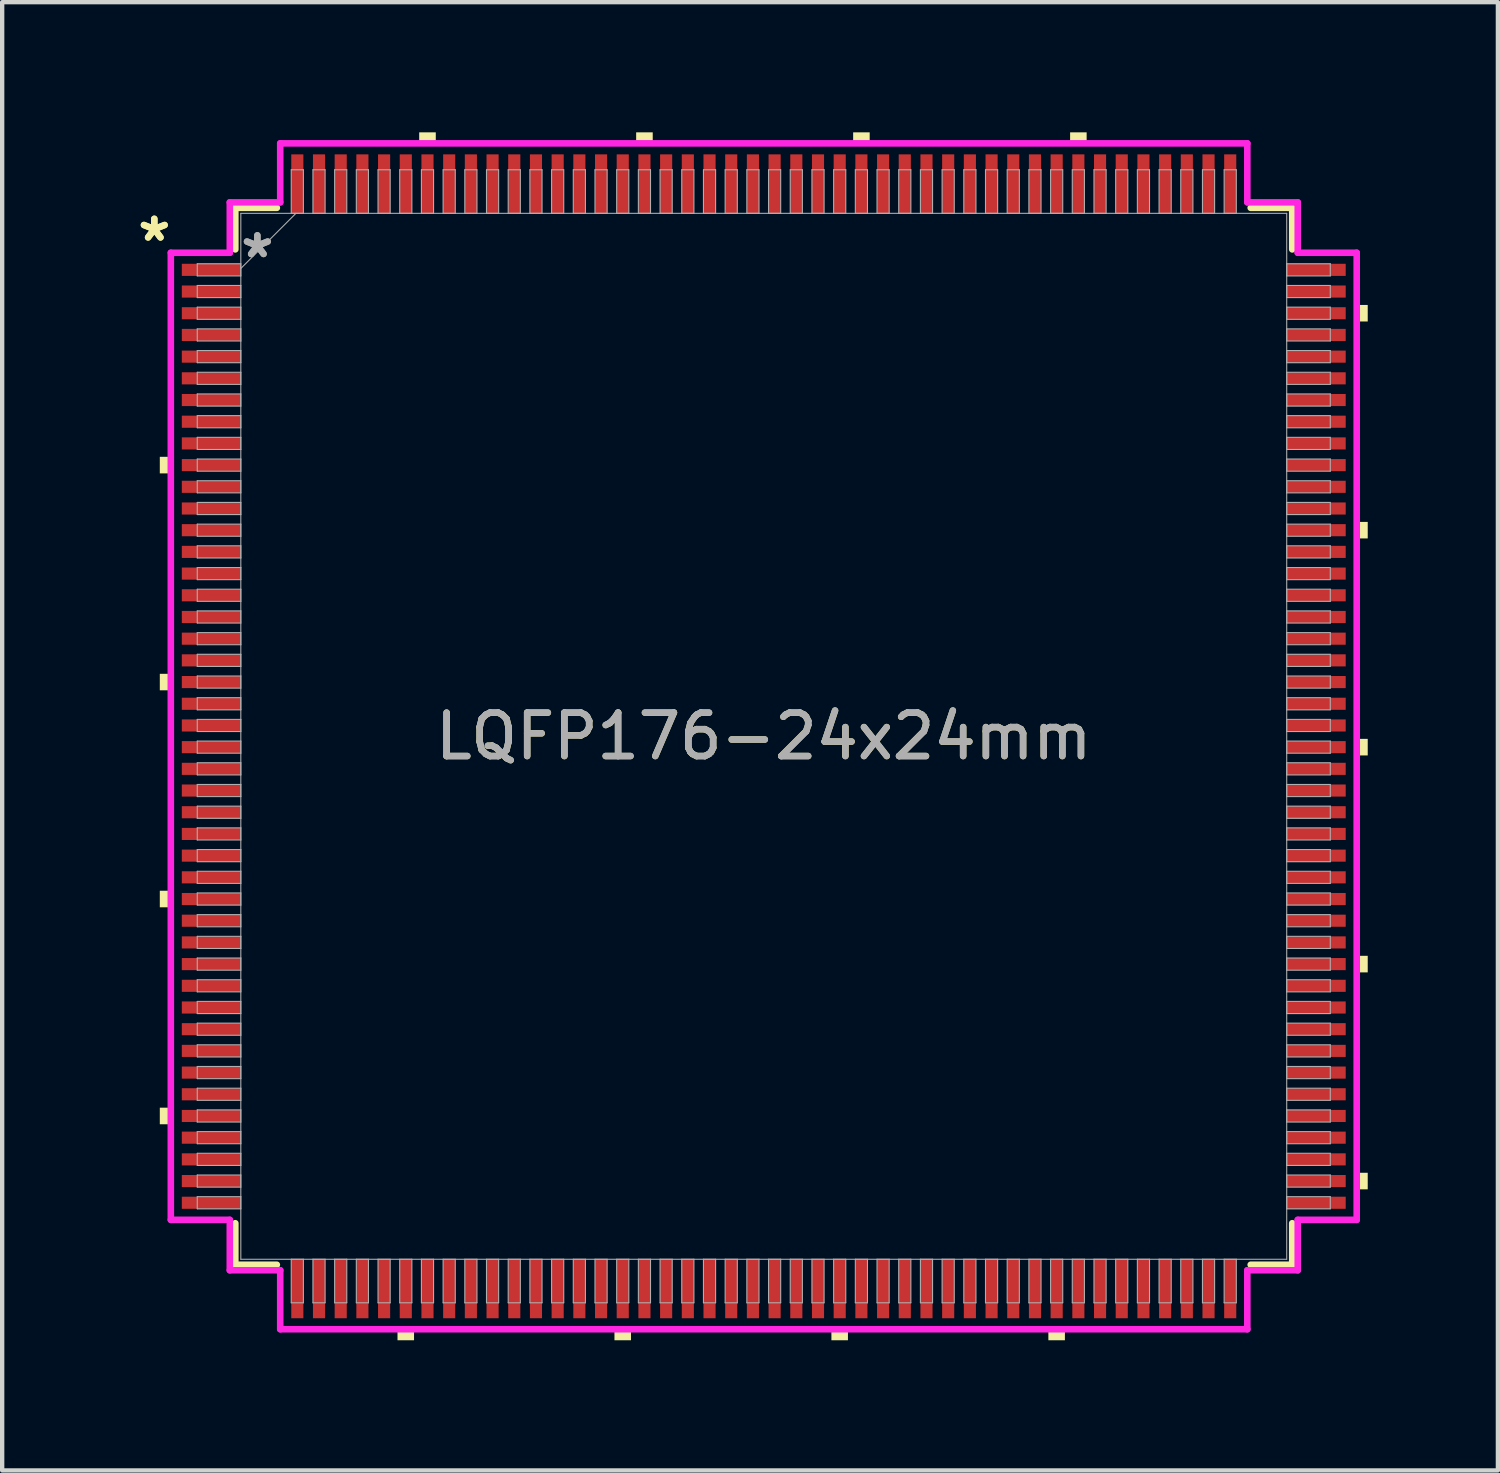
<source format=kicad_pcb>
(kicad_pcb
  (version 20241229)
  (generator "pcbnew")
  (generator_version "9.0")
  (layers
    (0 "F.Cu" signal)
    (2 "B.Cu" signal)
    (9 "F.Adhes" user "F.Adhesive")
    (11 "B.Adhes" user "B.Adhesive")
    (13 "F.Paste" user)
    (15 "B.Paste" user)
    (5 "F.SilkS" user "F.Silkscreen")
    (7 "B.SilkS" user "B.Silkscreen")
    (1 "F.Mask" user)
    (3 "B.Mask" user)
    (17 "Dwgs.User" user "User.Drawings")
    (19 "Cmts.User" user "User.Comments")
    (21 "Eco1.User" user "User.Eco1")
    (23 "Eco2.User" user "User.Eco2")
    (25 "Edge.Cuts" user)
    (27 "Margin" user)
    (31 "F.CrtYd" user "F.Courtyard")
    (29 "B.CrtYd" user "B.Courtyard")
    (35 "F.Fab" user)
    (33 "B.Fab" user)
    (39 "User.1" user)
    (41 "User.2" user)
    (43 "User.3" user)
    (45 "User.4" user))
  (footprint "LQFP176-24x24mm"
    (layer "F.Cu")
    (at 14.552 13.919)
    (property "Reference" "LQFP176-24x24mm" (at 0 0 0) (unlocked yes) (layer "F.SilkS") (effects (font (size 1 1) (thickness 0.15))))
    (attr smd)
    (fp_line (start -12.179 -12.179) (end -12.179 -11.222) (stroke (width 0.152) (type solid)) (layer "F.SilkS"))
    (fp_line (start -12.179 11.222) (end -12.179 12.179) (stroke (width 0.152) (type solid)) (layer "F.SilkS"))
    (fp_line (start -12.179 12.179) (end -11.222 12.179) (stroke (width 0.152) (type solid)) (layer "F.SilkS"))
    (fp_line (start -11.222 -12.179) (end -12.179 -12.179) (stroke (width 0.152) (type solid)) (layer "F.SilkS"))
    (fp_line (start 11.222 12.179) (end 12.179 12.179) (stroke (width 0.152) (type solid)) (layer "F.SilkS"))
    (fp_line (start 12.179 -12.179) (end 11.222 -12.179) (stroke (width 0.152) (type solid)) (layer "F.SilkS"))
    (fp_line (start 12.179 -11.222) (end 12.179 -12.179) (stroke (width 0.152) (type solid)) (layer "F.SilkS"))
    (fp_line (start 12.179 12.179) (end 12.179 11.222) (stroke (width 0.152) (type solid)) (layer "F.SilkS"))
    (fp_poly (pts (xy -13.919 -6.441) (xy -13.919 -6.059) (xy -13.665 -6.059) (xy -13.665 -6.441)) (stroke (width 0) (type solid)) (fill yes) (layer "F.SilkS"))
    (fp_poly (pts (xy -13.919 -1.44) (xy -13.919 -1.06) (xy -13.665 -1.06) (xy -13.665 -1.44)) (stroke (width 0) (type solid)) (fill yes) (layer "F.SilkS"))
    (fp_poly (pts (xy -13.919 3.559) (xy -13.919 3.941) (xy -13.665 3.941) (xy -13.665 3.559)) (stroke (width 0) (type solid)) (fill yes) (layer "F.SilkS"))
    (fp_poly (pts (xy -13.919 8.559) (xy -13.919 8.941) (xy -13.665 8.941) (xy -13.665 8.559)) (stroke (width 0) (type solid)) (fill yes) (layer "F.SilkS"))
    (fp_poly (pts (xy -8.441 13.665) (xy -8.441 13.919) (xy -8.06 13.919) (xy -8.06 13.665)) (stroke (width 0) (type solid)) (fill yes) (layer "F.SilkS"))
    (fp_poly (pts (xy -7.941 -13.665) (xy -7.941 -13.919) (xy -7.559 -13.919) (xy -7.559 -13.665)) (stroke (width 0) (type solid)) (fill yes) (layer "F.SilkS"))
    (fp_poly (pts (xy -3.441 13.665) (xy -3.441 13.919) (xy -3.06 13.919) (xy -3.06 13.665)) (stroke (width 0) (type solid)) (fill yes) (layer "F.SilkS"))
    (fp_poly (pts (xy -2.941 -13.665) (xy -2.941 -13.919) (xy -2.559 -13.919) (xy -2.559 -13.665)) (stroke (width 0) (type solid)) (fill yes) (layer "F.SilkS"))
    (fp_poly (pts (xy 1.559 13.665) (xy 1.559 13.919) (xy 1.94 13.919) (xy 1.94 13.665)) (stroke (width 0) (type solid)) (fill yes) (layer "F.SilkS"))
    (fp_poly (pts (xy 2.06 -13.665) (xy 2.06 -13.919) (xy 2.441 -13.919) (xy 2.441 -13.665)) (stroke (width 0) (type solid)) (fill yes) (layer "F.SilkS"))
    (fp_poly (pts (xy 6.559 13.665) (xy 6.559 13.919) (xy 6.94 13.919) (xy 6.94 13.665)) (stroke (width 0) (type solid)) (fill yes) (layer "F.SilkS"))
    (fp_poly (pts (xy 7.06 -13.665) (xy 7.06 -13.919) (xy 7.441 -13.919) (xy 7.441 -13.665)) (stroke (width 0) (type solid)) (fill yes) (layer "F.SilkS"))
    (fp_poly (pts (xy 13.919 -9.941) (xy 13.919 -9.56) (xy 13.665 -9.56) (xy 13.665 -9.941)) (stroke (width 0) (type solid)) (fill yes) (layer "F.SilkS"))
    (fp_poly (pts (xy 13.919 -4.941) (xy 13.919 -4.56) (xy 13.665 -4.56) (xy 13.665 -4.941)) (stroke (width 0) (type solid)) (fill yes) (layer "F.SilkS"))
    (fp_poly (pts (xy 13.919 0.059) (xy 13.919 0.441) (xy 13.665 0.441) (xy 13.665 0.059)) (stroke (width 0) (type solid)) (fill yes) (layer "F.SilkS"))
    (fp_poly (pts (xy 13.919 5.059) (xy 13.919 5.441) (xy 13.665 5.441) (xy 13.665 5.059)) (stroke (width 0) (type solid)) (fill yes) (layer "F.SilkS"))
    (fp_poly (pts (xy 13.919 10.059) (xy 13.919 10.441) (xy 13.665 10.441) (xy 13.665 10.059)) (stroke (width 0) (type solid)) (fill yes) (layer "F.SilkS"))
    (fp_line (start -13.665 -11.144) (end -12.306 -11.144) (stroke (width 0.152) (type solid)) (layer "F.CrtYd"))
    (fp_line (start -13.665 11.144) (end -13.665 -11.144) (stroke (width 0.152) (type solid)) (layer "F.CrtYd"))
    (fp_line (start -12.306 -12.306) (end -11.144 -12.306) (stroke (width 0.152) (type solid)) (layer "F.CrtYd"))
    (fp_line (start -12.306 -11.144) (end -12.306 -12.306) (stroke (width 0.152) (type solid)) (layer "F.CrtYd"))
    (fp_line (start -12.306 11.144) (end -13.665 11.144) (stroke (width 0.152) (type solid)) (layer "F.CrtYd"))
    (fp_line (start -12.306 12.306) (end -12.306 11.144) (stroke (width 0.152) (type solid)) (layer "F.CrtYd"))
    (fp_line (start -12.306 12.306) (end -11.144 12.306) (stroke (width 0.152) (type solid)) (layer "F.CrtYd"))
    (fp_line (start -11.144 -13.665) (end 11.144 -13.665) (stroke (width 0.152) (type solid)) (layer "F.CrtYd"))
    (fp_line (start -11.144 -12.306) (end -11.144 -13.665) (stroke (width 0.152) (type solid)) (layer "F.CrtYd"))
    (fp_line (start -11.144 12.306) (end -11.144 13.665) (stroke (width 0.152) (type solid)) (layer "F.CrtYd"))
    (fp_line (start -11.144 13.665) (end 11.144 13.665) (stroke (width 0.152) (type solid)) (layer "F.CrtYd"))
    (fp_line (start 11.144 -13.665) (end 11.144 -12.306) (stroke (width 0.152) (type solid)) (layer "F.CrtYd"))
    (fp_line (start 11.144 -12.306) (end 12.306 -12.306) (stroke (width 0.152) (type solid)) (layer "F.CrtYd"))
    (fp_line (start 11.144 12.306) (end 12.306 12.306) (stroke (width 0.152) (type solid)) (layer "F.CrtYd"))
    (fp_line (start 11.144 13.665) (end 11.144 12.306) (stroke (width 0.152) (type solid)) (layer "F.CrtYd"))
    (fp_line (start 12.306 -11.144) (end 12.306 -12.306) (stroke (width 0.152) (type solid)) (layer "F.CrtYd"))
    (fp_line (start 12.306 11.144) (end 13.665 11.144) (stroke (width 0.152) (type solid)) (layer "F.CrtYd"))
    (fp_line (start 12.306 12.306) (end 12.306 11.144) (stroke (width 0.152) (type solid)) (layer "F.CrtYd"))
    (fp_line (start 13.665 -11.144) (end 12.306 -11.144) (stroke (width 0.152) (type solid)) (layer "F.CrtYd"))
    (fp_line (start 13.665 11.144) (end 13.665 -11.144) (stroke (width 0.152) (type solid)) (layer "F.CrtYd"))
    (fp_line (start -13.056 -10.89) (end -13.056 -10.61) (stroke (width 0.025) (type solid)) (layer "F.Fab"))
    (fp_line (start -13.056 -10.61) (end -12.052 -10.61) (stroke (width 0.025) (type solid)) (layer "F.Fab"))
    (fp_line (start -13.056 -10.39) (end -13.056 -10.11) (stroke (width 0.025) (type solid)) (layer "F.Fab"))
    (fp_line (start -13.056 -10.11) (end -12.052 -10.11) (stroke (width 0.025) (type solid)) (layer "F.Fab"))
    (fp_line (start -13.056 -9.89) (end -13.056 -9.61) (stroke (width 0.025) (type solid)) (layer "F.Fab"))
    (fp_line (start -13.056 -9.61) (end -12.052 -9.61) (stroke (width 0.025) (type solid)) (layer "F.Fab"))
    (fp_line (start -13.056 -9.39) (end -13.056 -9.11) (stroke (width 0.025) (type solid)) (layer "F.Fab"))
    (fp_line (start -13.056 -9.11) (end -12.052 -9.11) (stroke (width 0.025) (type solid)) (layer "F.Fab"))
    (fp_line (start -13.056 -8.89) (end -13.056 -8.61) (stroke (width 0.025) (type solid)) (layer "F.Fab"))
    (fp_line (start -13.056 -8.61) (end -12.052 -8.61) (stroke (width 0.025) (type solid)) (layer "F.Fab"))
    (fp_line (start -13.056 -8.39) (end -13.056 -8.11) (stroke (width 0.025) (type solid)) (layer "F.Fab"))
    (fp_line (start -13.056 -8.11) (end -12.052 -8.11) (stroke (width 0.025) (type solid)) (layer "F.Fab"))
    (fp_line (start -13.056 -7.89) (end -13.056 -7.61) (stroke (width 0.025) (type solid)) (layer "F.Fab"))
    (fp_line (start -13.056 -7.61) (end -12.052 -7.61) (stroke (width 0.025) (type solid)) (layer "F.Fab"))
    (fp_line (start -13.056 -7.39) (end -13.056 -7.11) (stroke (width 0.025) (type solid)) (layer "F.Fab"))
    (fp_line (start -13.056 -7.11) (end -12.052 -7.11) (stroke (width 0.025) (type solid)) (layer "F.Fab"))
    (fp_line (start -13.056 -6.89) (end -13.056 -6.61) (stroke (width 0.025) (type solid)) (layer "F.Fab"))
    (fp_line (start -13.056 -6.61) (end -12.052 -6.61) (stroke (width 0.025) (type solid)) (layer "F.Fab"))
    (fp_line (start -13.056 -6.39) (end -13.056 -6.11) (stroke (width 0.025) (type solid)) (layer "F.Fab"))
    (fp_line (start -13.056 -6.11) (end -12.052 -6.11) (stroke (width 0.025) (type solid)) (layer "F.Fab"))
    (fp_line (start -13.056 -5.89) (end -13.056 -5.61) (stroke (width 0.025) (type solid)) (layer "F.Fab"))
    (fp_line (start -13.056 -5.61) (end -12.052 -5.61) (stroke (width 0.025) (type solid)) (layer "F.Fab"))
    (fp_line (start -13.056 -5.39) (end -13.056 -5.11) (stroke (width 0.025) (type solid)) (layer "F.Fab"))
    (fp_line (start -13.056 -5.11) (end -12.052 -5.11) (stroke (width 0.025) (type solid)) (layer "F.Fab"))
    (fp_line (start -13.056 -4.89) (end -13.056 -4.61) (stroke (width 0.025) (type solid)) (layer "F.Fab"))
    (fp_line (start -13.056 -4.61) (end -12.052 -4.61) (stroke (width 0.025) (type solid)) (layer "F.Fab"))
    (fp_line (start -13.056 -4.39) (end -13.056 -4.11) (stroke (width 0.025) (type solid)) (layer "F.Fab"))
    (fp_line (start -13.056 -4.11) (end -12.052 -4.11) (stroke (width 0.025) (type solid)) (layer "F.Fab"))
    (fp_line (start -13.056 -3.89) (end -13.056 -3.61) (stroke (width 0.025) (type solid)) (layer "F.Fab"))
    (fp_line (start -13.056 -3.61) (end -12.052 -3.61) (stroke (width 0.025) (type solid)) (layer "F.Fab"))
    (fp_line (start -13.056 -3.39) (end -13.056 -3.11) (stroke (width 0.025) (type solid)) (layer "F.Fab"))
    (fp_line (start -13.056 -3.11) (end -12.052 -3.11) (stroke (width 0.025) (type solid)) (layer "F.Fab"))
    (fp_line (start -13.056 -2.89) (end -13.056 -2.61) (stroke (width 0.025) (type solid)) (layer "F.Fab"))
    (fp_line (start -13.056 -2.61) (end -12.052 -2.61) (stroke (width 0.025) (type solid)) (layer "F.Fab"))
    (fp_line (start -13.056 -2.39) (end -13.056 -2.11) (stroke (width 0.025) (type solid)) (layer "F.Fab"))
    (fp_line (start -13.056 -2.11) (end -12.052 -2.11) (stroke (width 0.025) (type solid)) (layer "F.Fab"))
    (fp_line (start -13.056 -1.89) (end -13.056 -1.61) (stroke (width 0.025) (type solid)) (layer "F.Fab"))
    (fp_line (start -13.056 -1.61) (end -12.052 -1.61) (stroke (width 0.025) (type solid)) (layer "F.Fab"))
    (fp_line (start -13.056 -1.39) (end -13.056 -1.11) (stroke (width 0.025) (type solid)) (layer "F.Fab"))
    (fp_line (start -13.056 -1.11) (end -12.052 -1.11) (stroke (width 0.025) (type solid)) (layer "F.Fab"))
    (fp_line (start -13.056 -0.89) (end -13.056 -0.61) (stroke (width 0.025) (type solid)) (layer "F.Fab"))
    (fp_line (start -13.056 -0.61) (end -12.052 -0.61) (stroke (width 0.025) (type solid)) (layer "F.Fab"))
    (fp_line (start -13.056 -0.39) (end -13.056 -0.11) (stroke (width 0.025) (type solid)) (layer "F.Fab"))
    (fp_line (start -13.056 -0.11) (end -12.052 -0.11) (stroke (width 0.025) (type solid)) (layer "F.Fab"))
    (fp_line (start -13.056 0.11) (end -13.056 0.39) (stroke (width 0.025) (type solid)) (layer "F.Fab"))
    (fp_line (start -13.056 0.39) (end -12.052 0.39) (stroke (width 0.025) (type solid)) (layer "F.Fab"))
    (fp_line (start -13.056 0.61) (end -13.056 0.89) (stroke (width 0.025) (type solid)) (layer "F.Fab"))
    (fp_line (start -13.056 0.89) (end -12.052 0.89) (stroke (width 0.025) (type solid)) (layer "F.Fab"))
    (fp_line (start -13.056 1.11) (end -13.056 1.39) (stroke (width 0.025) (type solid)) (layer "F.Fab"))
    (fp_line (start -13.056 1.39) (end -12.052 1.39) (stroke (width 0.025) (type solid)) (layer "F.Fab"))
    (fp_line (start -13.056 1.61) (end -13.056 1.89) (stroke (width 0.025) (type solid)) (layer "F.Fab"))
    (fp_line (start -13.056 1.89) (end -12.052 1.89) (stroke (width 0.025) (type solid)) (layer "F.Fab"))
    (fp_line (start -13.056 2.11) (end -13.056 2.39) (stroke (width 0.025) (type solid)) (layer "F.Fab"))
    (fp_line (start -13.056 2.39) (end -12.052 2.39) (stroke (width 0.025) (type solid)) (layer "F.Fab"))
    (fp_line (start -13.056 2.61) (end -13.056 2.89) (stroke (width 0.025) (type solid)) (layer "F.Fab"))
    (fp_line (start -13.056 2.89) (end -12.052 2.89) (stroke (width 0.025) (type solid)) (layer "F.Fab"))
    (fp_line (start -13.056 3.11) (end -13.056 3.39) (stroke (width 0.025) (type solid)) (layer "F.Fab"))
    (fp_line (start -13.056 3.39) (end -12.052 3.39) (stroke (width 0.025) (type solid)) (layer "F.Fab"))
    (fp_line (start -13.056 3.61) (end -13.056 3.89) (stroke (width 0.025) (type solid)) (layer "F.Fab"))
    (fp_line (start -13.056 3.89) (end -12.052 3.89) (stroke (width 0.025) (type solid)) (layer "F.Fab"))
    (fp_line (start -13.056 4.11) (end -13.056 4.39) (stroke (width 0.025) (type solid)) (layer "F.Fab"))
    (fp_line (start -13.056 4.39) (end -12.052 4.39) (stroke (width 0.025) (type solid)) (layer "F.Fab"))
    (fp_line (start -13.056 4.61) (end -13.056 4.89) (stroke (width 0.025) (type solid)) (layer "F.Fab"))
    (fp_line (start -13.056 4.89) (end -12.052 4.89) (stroke (width 0.025) (type solid)) (layer "F.Fab"))
    (fp_line (start -13.056 5.11) (end -13.056 5.39) (stroke (width 0.025) (type solid)) (layer "F.Fab"))
    (fp_line (start -13.056 5.39) (end -12.052 5.39) (stroke (width 0.025) (type solid)) (layer "F.Fab"))
    (fp_line (start -13.056 5.61) (end -13.056 5.89) (stroke (width 0.025) (type solid)) (layer "F.Fab"))
    (fp_line (start -13.056 5.89) (end -12.052 5.89) (stroke (width 0.025) (type solid)) (layer "F.Fab"))
    (fp_line (start -13.056 6.11) (end -13.056 6.39) (stroke (width 0.025) (type solid)) (layer "F.Fab"))
    (fp_line (start -13.056 6.39) (end -12.052 6.39) (stroke (width 0.025) (type solid)) (layer "F.Fab"))
    (fp_line (start -13.056 6.61) (end -13.056 6.89) (stroke (width 0.025) (type solid)) (layer "F.Fab"))
    (fp_line (start -13.056 6.89) (end -12.052 6.89) (stroke (width 0.025) (type solid)) (layer "F.Fab"))
    (fp_line (start -13.056 7.11) (end -13.056 7.39) (stroke (width 0.025) (type solid)) (layer "F.Fab"))
    (fp_line (start -13.056 7.39) (end -12.052 7.39) (stroke (width 0.025) (type solid)) (layer "F.Fab"))
    (fp_line (start -13.056 7.61) (end -13.056 7.89) (stroke (width 0.025) (type solid)) (layer "F.Fab"))
    (fp_line (start -13.056 7.89) (end -12.052 7.89) (stroke (width 0.025) (type solid)) (layer "F.Fab"))
    (fp_line (start -13.056 8.11) (end -13.056 8.39) (stroke (width 0.025) (type solid)) (layer "F.Fab"))
    (fp_line (start -13.056 8.39) (end -12.052 8.39) (stroke (width 0.025) (type solid)) (layer "F.Fab"))
    (fp_line (start -13.056 8.61) (end -13.056 8.89) (stroke (width 0.025) (type solid)) (layer "F.Fab"))
    (fp_line (start -13.056 8.89) (end -12.052 8.89) (stroke (width 0.025) (type solid)) (layer "F.Fab"))
    (fp_line (start -13.056 9.11) (end -13.056 9.39) (stroke (width 0.025) (type solid)) (layer "F.Fab"))
    (fp_line (start -13.056 9.39) (end -12.052 9.39) (stroke (width 0.025) (type solid)) (layer "F.Fab"))
    (fp_line (start -13.056 9.61) (end -13.056 9.89) (stroke (width 0.025) (type solid)) (layer "F.Fab"))
    (fp_line (start -13.056 9.89) (end -12.052 9.89) (stroke (width 0.025) (type solid)) (layer "F.Fab"))
    (fp_line (start -13.056 10.11) (end -13.056 10.39) (stroke (width 0.025) (type solid)) (layer "F.Fab"))
    (fp_line (start -13.056 10.39) (end -12.052 10.39) (stroke (width 0.025) (type solid)) (layer "F.Fab"))
    (fp_line (start -13.056 10.61) (end -13.056 10.89) (stroke (width 0.025) (type solid)) (layer "F.Fab"))
    (fp_line (start -13.056 10.89) (end -12.052 10.89) (stroke (width 0.025) (type solid)) (layer "F.Fab"))
    (fp_line (start -12.052 -12.052) (end -12.052 12.052) (stroke (width 0.025) (type solid)) (layer "F.Fab"))
    (fp_line (start -12.052 -10.89) (end -13.056 -10.89) (stroke (width 0.025) (type solid)) (layer "F.Fab"))
    (fp_line (start -12.052 -10.782) (end -10.782 -12.052) (stroke (width 0.025) (type solid)) (layer "F.Fab"))
    (fp_line (start -12.052 -10.61) (end -12.052 -10.89) (stroke (width 0.025) (type solid)) (layer "F.Fab"))
    (fp_line (start -12.052 -10.39) (end -13.056 -10.39) (stroke (width 0.025) (type solid)) (layer "F.Fab"))
    (fp_line (start -12.052 -10.11) (end -12.052 -10.39) (stroke (width 0.025) (type solid)) (layer "F.Fab"))
    (fp_line (start -12.052 -9.89) (end -13.056 -9.89) (stroke (width 0.025) (type solid)) (layer "F.Fab"))
    (fp_line (start -12.052 -9.61) (end -12.052 -9.89) (stroke (width 0.025) (type solid)) (layer "F.Fab"))
    (fp_line (start -12.052 -9.39) (end -13.056 -9.39) (stroke (width 0.025) (type solid)) (layer "F.Fab"))
    (fp_line (start -12.052 -9.11) (end -12.052 -9.39) (stroke (width 0.025) (type solid)) (layer "F.Fab"))
    (fp_line (start -12.052 -8.89) (end -13.056 -8.89) (stroke (width 0.025) (type solid)) (layer "F.Fab"))
    (fp_line (start -12.052 -8.61) (end -12.052 -8.89) (stroke (width 0.025) (type solid)) (layer "F.Fab"))
    (fp_line (start -12.052 -8.39) (end -13.056 -8.39) (stroke (width 0.025) (type solid)) (layer "F.Fab"))
    (fp_line (start -12.052 -8.11) (end -12.052 -8.39) (stroke (width 0.025) (type solid)) (layer "F.Fab"))
    (fp_line (start -12.052 -7.89) (end -13.056 -7.89) (stroke (width 0.025) (type solid)) (layer "F.Fab"))
    (fp_line (start -12.052 -7.61) (end -12.052 -7.89) (stroke (width 0.025) (type solid)) (layer "F.Fab"))
    (fp_line (start -12.052 -7.39) (end -13.056 -7.39) (stroke (width 0.025) (type solid)) (layer "F.Fab"))
    (fp_line (start -12.052 -7.11) (end -12.052 -7.39) (stroke (width 0.025) (type solid)) (layer "F.Fab"))
    (fp_line (start -12.052 -6.89) (end -13.056 -6.89) (stroke (width 0.025) (type solid)) (layer "F.Fab"))
    (fp_line (start -12.052 -6.61) (end -12.052 -6.89) (stroke (width 0.025) (type solid)) (layer "F.Fab"))
    (fp_line (start -12.052 -6.39) (end -13.056 -6.39) (stroke (width 0.025) (type solid)) (layer "F.Fab"))
    (fp_line (start -12.052 -6.11) (end -12.052 -6.39) (stroke (width 0.025) (type solid)) (layer "F.Fab"))
    (fp_line (start -12.052 -5.89) (end -13.056 -5.89) (stroke (width 0.025) (type solid)) (layer "F.Fab"))
    (fp_line (start -12.052 -5.61) (end -12.052 -5.89) (stroke (width 0.025) (type solid)) (layer "F.Fab"))
    (fp_line (start -12.052 -5.39) (end -13.056 -5.39) (stroke (width 0.025) (type solid)) (layer "F.Fab"))
    (fp_line (start -12.052 -5.11) (end -12.052 -5.39) (stroke (width 0.025) (type solid)) (layer "F.Fab"))
    (fp_line (start -12.052 -4.89) (end -13.056 -4.89) (stroke (width 0.025) (type solid)) (layer "F.Fab"))
    (fp_line (start -12.052 -4.61) (end -12.052 -4.89) (stroke (width 0.025) (type solid)) (layer "F.Fab"))
    (fp_line (start -12.052 -4.39) (end -13.056 -4.39) (stroke (width 0.025) (type solid)) (layer "F.Fab"))
    (fp_line (start -12.052 -4.11) (end -12.052 -4.39) (stroke (width 0.025) (type solid)) (layer "F.Fab"))
    (fp_line (start -12.052 -3.89) (end -13.056 -3.89) (stroke (width 0.025) (type solid)) (layer "F.Fab"))
    (fp_line (start -12.052 -3.61) (end -12.052 -3.89) (stroke (width 0.025) (type solid)) (layer "F.Fab"))
    (fp_line (start -12.052 -3.39) (end -13.056 -3.39) (stroke (width 0.025) (type solid)) (layer "F.Fab"))
    (fp_line (start -12.052 -3.11) (end -12.052 -3.39) (stroke (width 0.025) (type solid)) (layer "F.Fab"))
    (fp_line (start -12.052 -2.89) (end -13.056 -2.89) (stroke (width 0.025) (type solid)) (layer "F.Fab"))
    (fp_line (start -12.052 -2.61) (end -12.052 -2.89) (stroke (width 0.025) (type solid)) (layer "F.Fab"))
    (fp_line (start -12.052 -2.39) (end -13.056 -2.39) (stroke (width 0.025) (type solid)) (layer "F.Fab"))
    (fp_line (start -12.052 -2.11) (end -12.052 -2.39) (stroke (width 0.025) (type solid)) (layer "F.Fab"))
    (fp_line (start -12.052 -1.89) (end -13.056 -1.89) (stroke (width 0.025) (type solid)) (layer "F.Fab"))
    (fp_line (start -12.052 -1.61) (end -12.052 -1.89) (stroke (width 0.025) (type solid)) (layer "F.Fab"))
    (fp_line (start -12.052 -1.39) (end -13.056 -1.39) (stroke (width 0.025) (type solid)) (layer "F.Fab"))
    (fp_line (start -12.052 -1.11) (end -12.052 -1.39) (stroke (width 0.025) (type solid)) (layer "F.Fab"))
    (fp_line (start -12.052 -0.89) (end -13.056 -0.89) (stroke (width 0.025) (type solid)) (layer "F.Fab"))
    (fp_line (start -12.052 -0.61) (end -12.052 -0.89) (stroke (width 0.025) (type solid)) (layer "F.Fab"))
    (fp_line (start -12.052 -0.39) (end -13.056 -0.39) (stroke (width 0.025) (type solid)) (layer "F.Fab"))
    (fp_line (start -12.052 -0.11) (end -12.052 -0.39) (stroke (width 0.025) (type solid)) (layer "F.Fab"))
    (fp_line (start -12.052 0.11) (end -13.056 0.11) (stroke (width 0.025) (type solid)) (layer "F.Fab"))
    (fp_line (start -12.052 0.39) (end -12.052 0.11) (stroke (width 0.025) (type solid)) (layer "F.Fab"))
    (fp_line (start -12.052 0.61) (end -13.056 0.61) (stroke (width 0.025) (type solid)) (layer "F.Fab"))
    (fp_line (start -12.052 0.89) (end -12.052 0.61) (stroke (width 0.025) (type solid)) (layer "F.Fab"))
    (fp_line (start -12.052 1.11) (end -13.056 1.11) (stroke (width 0.025) (type solid)) (layer "F.Fab"))
    (fp_line (start -12.052 1.39) (end -12.052 1.11) (stroke (width 0.025) (type solid)) (layer "F.Fab"))
    (fp_line (start -12.052 1.61) (end -13.056 1.61) (stroke (width 0.025) (type solid)) (layer "F.Fab"))
    (fp_line (start -12.052 1.89) (end -12.052 1.61) (stroke (width 0.025) (type solid)) (layer "F.Fab"))
    (fp_line (start -12.052 2.11) (end -13.056 2.11) (stroke (width 0.025) (type solid)) (layer "F.Fab"))
    (fp_line (start -12.052 2.39) (end -12.052 2.11) (stroke (width 0.025) (type solid)) (layer "F.Fab"))
    (fp_line (start -12.052 2.61) (end -13.056 2.61) (stroke (width 0.025) (type solid)) (layer "F.Fab"))
    (fp_line (start -12.052 2.89) (end -12.052 2.61) (stroke (width 0.025) (type solid)) (layer "F.Fab"))
    (fp_line (start -12.052 3.11) (end -13.056 3.11) (stroke (width 0.025) (type solid)) (layer "F.Fab"))
    (fp_line (start -12.052 3.39) (end -12.052 3.11) (stroke (width 0.025) (type solid)) (layer "F.Fab"))
    (fp_line (start -12.052 3.61) (end -13.056 3.61) (stroke (width 0.025) (type solid)) (layer "F.Fab"))
    (fp_line (start -12.052 3.89) (end -12.052 3.61) (stroke (width 0.025) (type solid)) (layer "F.Fab"))
    (fp_line (start -12.052 4.11) (end -13.056 4.11) (stroke (width 0.025) (type solid)) (layer "F.Fab"))
    (fp_line (start -12.052 4.39) (end -12.052 4.11) (stroke (width 0.025) (type solid)) (layer "F.Fab"))
    (fp_line (start -12.052 4.61) (end -13.056 4.61) (stroke (width 0.025) (type solid)) (layer "F.Fab"))
    (fp_line (start -12.052 4.89) (end -12.052 4.61) (stroke (width 0.025) (type solid)) (layer "F.Fab"))
    (fp_line (start -12.052 5.11) (end -13.056 5.11) (stroke (width 0.025) (type solid)) (layer "F.Fab"))
    (fp_line (start -12.052 5.39) (end -12.052 5.11) (stroke (width 0.025) (type solid)) (layer "F.Fab"))
    (fp_line (start -12.052 5.61) (end -13.056 5.61) (stroke (width 0.025) (type solid)) (layer "F.Fab"))
    (fp_line (start -12.052 5.89) (end -12.052 5.61) (stroke (width 0.025) (type solid)) (layer "F.Fab"))
    (fp_line (start -12.052 6.11) (end -13.056 6.11) (stroke (width 0.025) (type solid)) (layer "F.Fab"))
    (fp_line (start -12.052 6.39) (end -12.052 6.11) (stroke (width 0.025) (type solid)) (layer "F.Fab"))
    (fp_line (start -12.052 6.61) (end -13.056 6.61) (stroke (width 0.025) (type solid)) (layer "F.Fab"))
    (fp_line (start -12.052 6.89) (end -12.052 6.61) (stroke (width 0.025) (type solid)) (layer "F.Fab"))
    (fp_line (start -12.052 7.11) (end -13.056 7.11) (stroke (width 0.025) (type solid)) (layer "F.Fab"))
    (fp_line (start -12.052 7.39) (end -12.052 7.11) (stroke (width 0.025) (type solid)) (layer "F.Fab"))
    (fp_line (start -12.052 7.61) (end -13.056 7.61) (stroke (width 0.025) (type solid)) (layer "F.Fab"))
    (fp_line (start -12.052 7.89) (end -12.052 7.61) (stroke (width 0.025) (type solid)) (layer "F.Fab"))
    (fp_line (start -12.052 8.11) (end -13.056 8.11) (stroke (width 0.025) (type solid)) (layer "F.Fab"))
    (fp_line (start -12.052 8.39) (end -12.052 8.11) (stroke (width 0.025) (type solid)) (layer "F.Fab"))
    (fp_line (start -12.052 8.61) (end -13.056 8.61) (stroke (width 0.025) (type solid)) (layer "F.Fab"))
    (fp_line (start -12.052 8.89) (end -12.052 8.61) (stroke (width 0.025) (type solid)) (layer "F.Fab"))
    (fp_line (start -12.052 9.11) (end -13.056 9.11) (stroke (width 0.025) (type solid)) (layer "F.Fab"))
    (fp_line (start -12.052 9.39) (end -12.052 9.11) (stroke (width 0.025) (type solid)) (layer "F.Fab"))
    (fp_line (start -12.052 9.61) (end -13.056 9.61) (stroke (width 0.025) (type solid)) (layer "F.Fab"))
    (fp_line (start -12.052 9.89) (end -12.052 9.61) (stroke (width 0.025) (type solid)) (layer "F.Fab"))
    (fp_line (start -12.052 10.11) (end -13.056 10.11) (stroke (width 0.025) (type solid)) (layer "F.Fab"))
    (fp_line (start -12.052 10.39) (end -12.052 10.11) (stroke (width 0.025) (type solid)) (layer "F.Fab"))
    (fp_line (start -12.052 10.61) (end -13.056 10.61) (stroke (width 0.025) (type solid)) (layer "F.Fab"))
    (fp_line (start -12.052 10.89) (end -12.052 10.61) (stroke (width 0.025) (type solid)) (layer "F.Fab"))
    (fp_line (start -12.052 12.052) (end 12.052 12.052) (stroke (width 0.025) (type solid)) (layer "F.Fab"))
    (fp_line (start -10.89 -13.056) (end -10.89 -12.052) (stroke (width 0.025) (type solid)) (layer "F.Fab"))
    (fp_line (start -10.89 -12.052) (end -10.61 -12.052) (stroke (width 0.025) (type solid)) (layer "F.Fab"))
    (fp_line (start -10.89 12.052) (end -10.89 13.056) (stroke (width 0.025) (type solid)) (layer "F.Fab"))
    (fp_line (start -10.89 13.056) (end -10.61 13.056) (stroke (width 0.025) (type solid)) (layer "F.Fab"))
    (fp_line (start -10.61 -13.056) (end -10.89 -13.056) (stroke (width 0.025) (type solid)) (layer "F.Fab"))
    (fp_line (start -10.61 -12.052) (end -10.61 -13.056) (stroke (width 0.025) (type solid)) (layer "F.Fab"))
    (fp_line (start -10.61 12.052) (end -10.89 12.052) (stroke (width 0.025) (type solid)) (layer "F.Fab"))
    (fp_line (start -10.61 13.056) (end -10.61 12.052) (stroke (width 0.025) (type solid)) (layer "F.Fab"))
    (fp_line (start -10.39 -13.056) (end -10.39 -12.052) (stroke (width 0.025) (type solid)) (layer "F.Fab"))
    (fp_line (start -10.39 -12.052) (end -10.11 -12.052) (stroke (width 0.025) (type solid)) (layer "F.Fab"))
    (fp_line (start -10.39 12.052) (end -10.39 13.056) (stroke (width 0.025) (type solid)) (layer "F.Fab"))
    (fp_line (start -10.39 13.056) (end -10.11 13.056) (stroke (width 0.025) (type solid)) (layer "F.Fab"))
    (fp_line (start -10.11 -13.056) (end -10.39 -13.056) (stroke (width 0.025) (type solid)) (layer "F.Fab"))
    (fp_line (start -10.11 -12.052) (end -10.11 -13.056) (stroke (width 0.025) (type solid)) (layer "F.Fab"))
    (fp_line (start -10.11 12.052) (end -10.39 12.052) (stroke (width 0.025) (type solid)) (layer "F.Fab"))
    (fp_line (start -10.11 13.056) (end -10.11 12.052) (stroke (width 0.025) (type solid)) (layer "F.Fab"))
    (fp_line (start -9.89 -13.056) (end -9.89 -12.052) (stroke (width 0.025) (type solid)) (layer "F.Fab"))
    (fp_line (start -9.89 -12.052) (end -9.61 -12.052) (stroke (width 0.025) (type solid)) (layer "F.Fab"))
    (fp_line (start -9.89 12.052) (end -9.89 13.056) (stroke (width 0.025) (type solid)) (layer "F.Fab"))
    (fp_line (start -9.89 13.056) (end -9.61 13.056) (stroke (width 0.025) (type solid)) (layer "F.Fab"))
    (fp_line (start -9.61 -13.056) (end -9.89 -13.056) (stroke (width 0.025) (type solid)) (layer "F.Fab"))
    (fp_line (start -9.61 -12.052) (end -9.61 -13.056) (stroke (width 0.025) (type solid)) (layer "F.Fab"))
    (fp_line (start -9.61 12.052) (end -9.89 12.052) (stroke (width 0.025) (type solid)) (layer "F.Fab"))
    (fp_line (start -9.61 13.056) (end -9.61 12.052) (stroke (width 0.025) (type solid)) (layer "F.Fab"))
    (fp_line (start -9.39 -13.056) (end -9.39 -12.052) (stroke (width 0.025) (type solid)) (layer "F.Fab"))
    (fp_line (start -9.39 -12.052) (end -9.11 -12.052) (stroke (width 0.025) (type solid)) (layer "F.Fab"))
    (fp_line (start -9.39 12.052) (end -9.39 13.056) (stroke (width 0.025) (type solid)) (layer "F.Fab"))
    (fp_line (start -9.39 13.056) (end -9.11 13.056) (stroke (width 0.025) (type solid)) (layer "F.Fab"))
    (fp_line (start -9.11 -13.056) (end -9.39 -13.056) (stroke (width 0.025) (type solid)) (layer "F.Fab"))
    (fp_line (start -9.11 -12.052) (end -9.11 -13.056) (stroke (width 0.025) (type solid)) (layer "F.Fab"))
    (fp_line (start -9.11 12.052) (end -9.39 12.052) (stroke (width 0.025) (type solid)) (layer "F.Fab"))
    (fp_line (start -9.11 13.056) (end -9.11 12.052) (stroke (width 0.025) (type solid)) (layer "F.Fab"))
    (fp_line (start -8.89 -13.056) (end -8.89 -12.052) (stroke (width 0.025) (type solid)) (layer "F.Fab"))
    (fp_line (start -8.89 -12.052) (end -8.61 -12.052) (stroke (width 0.025) (type solid)) (layer "F.Fab"))
    (fp_line (start -8.89 12.052) (end -8.89 13.056) (stroke (width 0.025) (type solid)) (layer "F.Fab"))
    (fp_line (start -8.89 13.056) (end -8.61 13.056) (stroke (width 0.025) (type solid)) (layer "F.Fab"))
    (fp_line (start -8.61 -13.056) (end -8.89 -13.056) (stroke (width 0.025) (type solid)) (layer "F.Fab"))
    (fp_line (start -8.61 -12.052) (end -8.61 -13.056) (stroke (width 0.025) (type solid)) (layer "F.Fab"))
    (fp_line (start -8.61 12.052) (end -8.89 12.052) (stroke (width 0.025) (type solid)) (layer "F.Fab"))
    (fp_line (start -8.61 13.056) (end -8.61 12.052) (stroke (width 0.025) (type solid)) (layer "F.Fab"))
    (fp_line (start -8.39 -13.056) (end -8.39 -12.052) (stroke (width 0.025) (type solid)) (layer "F.Fab"))
    (fp_line (start -8.39 -12.052) (end -8.11 -12.052) (stroke (width 0.025) (type solid)) (layer "F.Fab"))
    (fp_line (start -8.39 12.052) (end -8.39 13.056) (stroke (width 0.025) (type solid)) (layer "F.Fab"))
    (fp_line (start -8.39 13.056) (end -8.11 13.056) (stroke (width 0.025) (type solid)) (layer "F.Fab"))
    (fp_line (start -8.11 -13.056) (end -8.39 -13.056) (stroke (width 0.025) (type solid)) (layer "F.Fab"))
    (fp_line (start -8.11 -12.052) (end -8.11 -13.056) (stroke (width 0.025) (type solid)) (layer "F.Fab"))
    (fp_line (start -8.11 12.052) (end -8.39 12.052) (stroke (width 0.025) (type solid)) (layer "F.Fab"))
    (fp_line (start -8.11 13.056) (end -8.11 12.052) (stroke (width 0.025) (type solid)) (layer "F.Fab"))
    (fp_line (start -7.89 -13.056) (end -7.89 -12.052) (stroke (width 0.025) (type solid)) (layer "F.Fab"))
    (fp_line (start -7.89 -12.052) (end -7.61 -12.052) (stroke (width 0.025) (type solid)) (layer "F.Fab"))
    (fp_line (start -7.89 12.052) (end -7.89 13.056) (stroke (width 0.025) (type solid)) (layer "F.Fab"))
    (fp_line (start -7.89 13.056) (end -7.61 13.056) (stroke (width 0.025) (type solid)) (layer "F.Fab"))
    (fp_line (start -7.61 -13.056) (end -7.89 -13.056) (stroke (width 0.025) (type solid)) (layer "F.Fab"))
    (fp_line (start -7.61 -12.052) (end -7.61 -13.056) (stroke (width 0.025) (type solid)) (layer "F.Fab"))
    (fp_line (start -7.61 12.052) (end -7.89 12.052) (stroke (width 0.025) (type solid)) (layer "F.Fab"))
    (fp_line (start -7.61 13.056) (end -7.61 12.052) (stroke (width 0.025) (type solid)) (layer "F.Fab"))
    (fp_line (start -7.39 -13.056) (end -7.39 -12.052) (stroke (width 0.025) (type solid)) (layer "F.Fab"))
    (fp_line (start -7.39 -12.052) (end -7.11 -12.052) (stroke (width 0.025) (type solid)) (layer "F.Fab"))
    (fp_line (start -7.39 12.052) (end -7.39 13.056) (stroke (width 0.025) (type solid)) (layer "F.Fab"))
    (fp_line (start -7.39 13.056) (end -7.11 13.056) (stroke (width 0.025) (type solid)) (layer "F.Fab"))
    (fp_line (start -7.11 -13.056) (end -7.39 -13.056) (stroke (width 0.025) (type solid)) (layer "F.Fab"))
    (fp_line (start -7.11 -12.052) (end -7.11 -13.056) (stroke (width 0.025) (type solid)) (layer "F.Fab"))
    (fp_line (start -7.11 12.052) (end -7.39 12.052) (stroke (width 0.025) (type solid)) (layer "F.Fab"))
    (fp_line (start -7.11 13.056) (end -7.11 12.052) (stroke (width 0.025) (type solid)) (layer "F.Fab"))
    (fp_line (start -6.89 -13.056) (end -6.89 -12.052) (stroke (width 0.025) (type solid)) (layer "F.Fab"))
    (fp_line (start -6.89 -12.052) (end -6.61 -12.052) (stroke (width 0.025) (type solid)) (layer "F.Fab"))
    (fp_line (start -6.89 12.052) (end -6.89 13.056) (stroke (width 0.025) (type solid)) (layer "F.Fab"))
    (fp_line (start -6.89 13.056) (end -6.61 13.056) (stroke (width 0.025) (type solid)) (layer "F.Fab"))
    (fp_line (start -6.61 -13.056) (end -6.89 -13.056) (stroke (width 0.025) (type solid)) (layer "F.Fab"))
    (fp_line (start -6.61 -12.052) (end -6.61 -13.056) (stroke (width 0.025) (type solid)) (layer "F.Fab"))
    (fp_line (start -6.61 12.052) (end -6.89 12.052) (stroke (width 0.025) (type solid)) (layer "F.Fab"))
    (fp_line (start -6.61 13.056) (end -6.61 12.052) (stroke (width 0.025) (type solid)) (layer "F.Fab"))
    (fp_line (start -6.39 -13.056) (end -6.39 -12.052) (stroke (width 0.025) (type solid)) (layer "F.Fab"))
    (fp_line (start -6.39 -12.052) (end -6.11 -12.052) (stroke (width 0.025) (type solid)) (layer "F.Fab"))
    (fp_line (start -6.39 12.052) (end -6.39 13.056) (stroke (width 0.025) (type solid)) (layer "F.Fab"))
    (fp_line (start -6.39 13.056) (end -6.11 13.056) (stroke (width 0.025) (type solid)) (layer "F.Fab"))
    (fp_line (start -6.11 -13.056) (end -6.39 -13.056) (stroke (width 0.025) (type solid)) (layer "F.Fab"))
    (fp_line (start -6.11 -12.052) (end -6.11 -13.056) (stroke (width 0.025) (type solid)) (layer "F.Fab"))
    (fp_line (start -6.11 12.052) (end -6.39 12.052) (stroke (width 0.025) (type solid)) (layer "F.Fab"))
    (fp_line (start -6.11 13.056) (end -6.11 12.052) (stroke (width 0.025) (type solid)) (layer "F.Fab"))
    (fp_line (start -5.89 -13.056) (end -5.89 -12.052) (stroke (width 0.025) (type solid)) (layer "F.Fab"))
    (fp_line (start -5.89 -12.052) (end -5.61 -12.052) (stroke (width 0.025) (type solid)) (layer "F.Fab"))
    (fp_line (start -5.89 12.052) (end -5.89 13.056) (stroke (width 0.025) (type solid)) (layer "F.Fab"))
    (fp_line (start -5.89 13.056) (end -5.61 13.056) (stroke (width 0.025) (type solid)) (layer "F.Fab"))
    (fp_line (start -5.61 -13.056) (end -5.89 -13.056) (stroke (width 0.025) (type solid)) (layer "F.Fab"))
    (fp_line (start -5.61 -12.052) (end -5.61 -13.056) (stroke (width 0.025) (type solid)) (layer "F.Fab"))
    (fp_line (start -5.61 12.052) (end -5.89 12.052) (stroke (width 0.025) (type solid)) (layer "F.Fab"))
    (fp_line (start -5.61 13.056) (end -5.61 12.052) (stroke (width 0.025) (type solid)) (layer "F.Fab"))
    (fp_line (start -5.39 -13.056) (end -5.39 -12.052) (stroke (width 0.025) (type solid)) (layer "F.Fab"))
    (fp_line (start -5.39 -12.052) (end -5.11 -12.052) (stroke (width 0.025) (type solid)) (layer "F.Fab"))
    (fp_line (start -5.39 12.052) (end -5.39 13.056) (stroke (width 0.025) (type solid)) (layer "F.Fab"))
    (fp_line (start -5.39 13.056) (end -5.11 13.056) (stroke (width 0.025) (type solid)) (layer "F.Fab"))
    (fp_line (start -5.11 -13.056) (end -5.39 -13.056) (stroke (width 0.025) (type solid)) (layer "F.Fab"))
    (fp_line (start -5.11 -12.052) (end -5.11 -13.056) (stroke (width 0.025) (type solid)) (layer "F.Fab"))
    (fp_line (start -5.11 12.052) (end -5.39 12.052) (stroke (width 0.025) (type solid)) (layer "F.Fab"))
    (fp_line (start -5.11 13.056) (end -5.11 12.052) (stroke (width 0.025) (type solid)) (layer "F.Fab"))
    (fp_line (start -4.89 -13.056) (end -4.89 -12.052) (stroke (width 0.025) (type solid)) (layer "F.Fab"))
    (fp_line (start -4.89 -12.052) (end -4.61 -12.052) (stroke (width 0.025) (type solid)) (layer "F.Fab"))
    (fp_line (start -4.89 12.052) (end -4.89 13.056) (stroke (width 0.025) (type solid)) (layer "F.Fab"))
    (fp_line (start -4.89 13.056) (end -4.61 13.056) (stroke (width 0.025) (type solid)) (layer "F.Fab"))
    (fp_line (start -4.61 -13.056) (end -4.89 -13.056) (stroke (width 0.025) (type solid)) (layer "F.Fab"))
    (fp_line (start -4.61 -12.052) (end -4.61 -13.056) (stroke (width 0.025) (type solid)) (layer "F.Fab"))
    (fp_line (start -4.61 12.052) (end -4.89 12.052) (stroke (width 0.025) (type solid)) (layer "F.Fab"))
    (fp_line (start -4.61 13.056) (end -4.61 12.052) (stroke (width 0.025) (type solid)) (layer "F.Fab"))
    (fp_line (start -4.39 -13.056) (end -4.39 -12.052) (stroke (width 0.025) (type solid)) (layer "F.Fab"))
    (fp_line (start -4.39 -12.052) (end -4.11 -12.052) (stroke (width 0.025) (type solid)) (layer "F.Fab"))
    (fp_line (start -4.39 12.052) (end -4.39 13.056) (stroke (width 0.025) (type solid)) (layer "F.Fab"))
    (fp_line (start -4.39 13.056) (end -4.11 13.056) (stroke (width 0.025) (type solid)) (layer "F.Fab"))
    (fp_line (start -4.11 -13.056) (end -4.39 -13.056) (stroke (width 0.025) (type solid)) (layer "F.Fab"))
    (fp_line (start -4.11 -12.052) (end -4.11 -13.056) (stroke (width 0.025) (type solid)) (layer "F.Fab"))
    (fp_line (start -4.11 12.052) (end -4.39 12.052) (stroke (width 0.025) (type solid)) (layer "F.Fab"))
    (fp_line (start -4.11 13.056) (end -4.11 12.052) (stroke (width 0.025) (type solid)) (layer "F.Fab"))
    (fp_line (start -3.89 -13.056) (end -3.89 -12.052) (stroke (width 0.025) (type solid)) (layer "F.Fab"))
    (fp_line (start -3.89 -12.052) (end -3.61 -12.052) (stroke (width 0.025) (type solid)) (layer "F.Fab"))
    (fp_line (start -3.89 12.052) (end -3.89 13.056) (stroke (width 0.025) (type solid)) (layer "F.Fab"))
    (fp_line (start -3.89 13.056) (end -3.61 13.056) (stroke (width 0.025) (type solid)) (layer "F.Fab"))
    (fp_line (start -3.61 -13.056) (end -3.89 -13.056) (stroke (width 0.025) (type solid)) (layer "F.Fab"))
    (fp_line (start -3.61 -12.052) (end -3.61 -13.056) (stroke (width 0.025) (type solid)) (layer "F.Fab"))
    (fp_line (start -3.61 12.052) (end -3.89 12.052) (stroke (width 0.025) (type solid)) (layer "F.Fab"))
    (fp_line (start -3.61 13.056) (end -3.61 12.052) (stroke (width 0.025) (type solid)) (layer "F.Fab"))
    (fp_line (start -3.39 -13.056) (end -3.39 -12.052) (stroke (width 0.025) (type solid)) (layer "F.Fab"))
    (fp_line (start -3.39 -12.052) (end -3.11 -12.052) (stroke (width 0.025) (type solid)) (layer "F.Fab"))
    (fp_line (start -3.39 12.052) (end -3.39 13.056) (stroke (width 0.025) (type solid)) (layer "F.Fab"))
    (fp_line (start -3.39 13.056) (end -3.11 13.056) (stroke (width 0.025) (type solid)) (layer "F.Fab"))
    (fp_line (start -3.11 -13.056) (end -3.39 -13.056) (stroke (width 0.025) (type solid)) (layer "F.Fab"))
    (fp_line (start -3.11 -12.052) (end -3.11 -13.056) (stroke (width 0.025) (type solid)) (layer "F.Fab"))
    (fp_line (start -3.11 12.052) (end -3.39 12.052) (stroke (width 0.025) (type solid)) (layer "F.Fab"))
    (fp_line (start -3.11 13.056) (end -3.11 12.052) (stroke (width 0.025) (type solid)) (layer "F.Fab"))
    (fp_line (start -2.89 -13.056) (end -2.89 -12.052) (stroke (width 0.025) (type solid)) (layer "F.Fab"))
    (fp_line (start -2.89 -12.052) (end -2.61 -12.052) (stroke (width 0.025) (type solid)) (layer "F.Fab"))
    (fp_line (start -2.89 12.052) (end -2.89 13.056) (stroke (width 0.025) (type solid)) (layer "F.Fab"))
    (fp_line (start -2.89 13.056) (end -2.61 13.056) (stroke (width 0.025) (type solid)) (layer "F.Fab"))
    (fp_line (start -2.61 -13.056) (end -2.89 -13.056) (stroke (width 0.025) (type solid)) (layer "F.Fab"))
    (fp_line (start -2.61 -12.052) (end -2.61 -13.056) (stroke (width 0.025) (type solid)) (layer "F.Fab"))
    (fp_line (start -2.61 12.052) (end -2.89 12.052) (stroke (width 0.025) (type solid)) (layer "F.Fab"))
    (fp_line (start -2.61 13.056) (end -2.61 12.052) (stroke (width 0.025) (type solid)) (layer "F.Fab"))
    (fp_line (start -2.39 -13.056) (end -2.39 -12.052) (stroke (width 0.025) (type solid)) (layer "F.Fab"))
    (fp_line (start -2.39 -12.052) (end -2.11 -12.052) (stroke (width 0.025) (type solid)) (layer "F.Fab"))
    (fp_line (start -2.39 12.052) (end -2.39 13.056) (stroke (width 0.025) (type solid)) (layer "F.Fab"))
    (fp_line (start -2.39 13.056) (end -2.11 13.056) (stroke (width 0.025) (type solid)) (layer "F.Fab"))
    (fp_line (start -2.11 -13.056) (end -2.39 -13.056) (stroke (width 0.025) (type solid)) (layer "F.Fab"))
    (fp_line (start -2.11 -12.052) (end -2.11 -13.056) (stroke (width 0.025) (type solid)) (layer "F.Fab"))
    (fp_line (start -2.11 12.052) (end -2.39 12.052) (stroke (width 0.025) (type solid)) (layer "F.Fab"))
    (fp_line (start -2.11 13.056) (end -2.11 12.052) (stroke (width 0.025) (type solid)) (layer "F.Fab"))
    (fp_line (start -1.89 -13.056) (end -1.89 -12.052) (stroke (width 0.025) (type solid)) (layer "F.Fab"))
    (fp_line (start -1.89 -12.052) (end -1.61 -12.052) (stroke (width 0.025) (type solid)) (layer "F.Fab"))
    (fp_line (start -1.89 12.052) (end -1.89 13.056) (stroke (width 0.025) (type solid)) (layer "F.Fab"))
    (fp_line (start -1.89 13.056) (end -1.61 13.056) (stroke (width 0.025) (type solid)) (layer "F.Fab"))
    (fp_line (start -1.61 -13.056) (end -1.89 -13.056) (stroke (width 0.025) (type solid)) (layer "F.Fab"))
    (fp_line (start -1.61 -12.052) (end -1.61 -13.056) (stroke (width 0.025) (type solid)) (layer "F.Fab"))
    (fp_line (start -1.61 12.052) (end -1.89 12.052) (stroke (width 0.025) (type solid)) (layer "F.Fab"))
    (fp_line (start -1.61 13.056) (end -1.61 12.052) (stroke (width 0.025) (type solid)) (layer "F.Fab"))
    (fp_line (start -1.39 -13.056) (end -1.39 -12.052) (stroke (width 0.025) (type solid)) (layer "F.Fab"))
    (fp_line (start -1.39 -12.052) (end -1.11 -12.052) (stroke (width 0.025) (type solid)) (layer "F.Fab"))
    (fp_line (start -1.39 12.052) (end -1.39 13.056) (stroke (width 0.025) (type solid)) (layer "F.Fab"))
    (fp_line (start -1.39 13.056) (end -1.11 13.056) (stroke (width 0.025) (type solid)) (layer "F.Fab"))
    (fp_line (start -1.11 -13.056) (end -1.39 -13.056) (stroke (width 0.025) (type solid)) (layer "F.Fab"))
    (fp_line (start -1.11 -12.052) (end -1.11 -13.056) (stroke (width 0.025) (type solid)) (layer "F.Fab"))
    (fp_line (start -1.11 12.052) (end -1.39 12.052) (stroke (width 0.025) (type solid)) (layer "F.Fab"))
    (fp_line (start -1.11 13.056) (end -1.11 12.052) (stroke (width 0.025) (type solid)) (layer "F.Fab"))
    (fp_line (start -0.89 -13.056) (end -0.89 -12.052) (stroke (width 0.025) (type solid)) (layer "F.Fab"))
    (fp_line (start -0.89 -12.052) (end -0.61 -12.052) (stroke (width 0.025) (type solid)) (layer "F.Fab"))
    (fp_line (start -0.89 12.052) (end -0.89 13.056) (stroke (width 0.025) (type solid)) (layer "F.Fab"))
    (fp_line (start -0.89 13.056) (end -0.61 13.056) (stroke (width 0.025) (type solid)) (layer "F.Fab"))
    (fp_line (start -0.61 -13.056) (end -0.89 -13.056) (stroke (width 0.025) (type solid)) (layer "F.Fab"))
    (fp_line (start -0.61 -12.052) (end -0.61 -13.056) (stroke (width 0.025) (type solid)) (layer "F.Fab"))
    (fp_line (start -0.61 12.052) (end -0.89 12.052) (stroke (width 0.025) (type solid)) (layer "F.Fab"))
    (fp_line (start -0.61 13.056) (end -0.61 12.052) (stroke (width 0.025) (type solid)) (layer "F.Fab"))
    (fp_line (start -0.39 -13.056) (end -0.39 -12.052) (stroke (width 0.025) (type solid)) (layer "F.Fab"))
    (fp_line (start -0.39 -12.052) (end -0.11 -12.052) (stroke (width 0.025) (type solid)) (layer "F.Fab"))
    (fp_line (start -0.39 12.052) (end -0.39 13.056) (stroke (width 0.025) (type solid)) (layer "F.Fab"))
    (fp_line (start -0.39 13.056) (end -0.11 13.056) (stroke (width 0.025) (type solid)) (layer "F.Fab"))
    (fp_line (start -0.11 -13.056) (end -0.39 -13.056) (stroke (width 0.025) (type solid)) (layer "F.Fab"))
    (fp_line (start -0.11 -12.052) (end -0.11 -13.056) (stroke (width 0.025) (type solid)) (layer "F.Fab"))
    (fp_line (start -0.11 12.052) (end -0.39 12.052) (stroke (width 0.025) (type solid)) (layer "F.Fab"))
    (fp_line (start -0.11 13.056) (end -0.11 12.052) (stroke (width 0.025) (type solid)) (layer "F.Fab"))
    (fp_line (start 0.11 -13.056) (end 0.11 -12.052) (stroke (width 0.025) (type solid)) (layer "F.Fab"))
    (fp_line (start 0.11 -12.052) (end 0.39 -12.052) (stroke (width 0.025) (type solid)) (layer "F.Fab"))
    (fp_line (start 0.11 12.052) (end 0.11 13.056) (stroke (width 0.025) (type solid)) (layer "F.Fab"))
    (fp_line (start 0.11 13.056) (end 0.39 13.056) (stroke (width 0.025) (type solid)) (layer "F.Fab"))
    (fp_line (start 0.39 -13.056) (end 0.11 -13.056) (stroke (width 0.025) (type solid)) (layer "F.Fab"))
    (fp_line (start 0.39 -12.052) (end 0.39 -13.056) (stroke (width 0.025) (type solid)) (layer "F.Fab"))
    (fp_line (start 0.39 12.052) (end 0.11 12.052) (stroke (width 0.025) (type solid)) (layer "F.Fab"))
    (fp_line (start 0.39 13.056) (end 0.39 12.052) (stroke (width 0.025) (type solid)) (layer "F.Fab"))
    (fp_line (start 0.61 -13.056) (end 0.61 -12.052) (stroke (width 0.025) (type solid)) (layer "F.Fab"))
    (fp_line (start 0.61 -12.052) (end 0.89 -12.052) (stroke (width 0.025) (type solid)) (layer "F.Fab"))
    (fp_line (start 0.61 12.052) (end 0.61 13.056) (stroke (width 0.025) (type solid)) (layer "F.Fab"))
    (fp_line (start 0.61 13.056) (end 0.89 13.056) (stroke (width 0.025) (type solid)) (layer "F.Fab"))
    (fp_line (start 0.89 -13.056) (end 0.61 -13.056) (stroke (width 0.025) (type solid)) (layer "F.Fab"))
    (fp_line (start 0.89 -12.052) (end 0.89 -13.056) (stroke (width 0.025) (type solid)) (layer "F.Fab"))
    (fp_line (start 0.89 12.052) (end 0.61 12.052) (stroke (width 0.025) (type solid)) (layer "F.Fab"))
    (fp_line (start 0.89 13.056) (end 0.89 12.052) (stroke (width 0.025) (type solid)) (layer "F.Fab"))
    (fp_line (start 1.11 -13.056) (end 1.11 -12.052) (stroke (width 0.025) (type solid)) (layer "F.Fab"))
    (fp_line (start 1.11 -12.052) (end 1.39 -12.052) (stroke (width 0.025) (type solid)) (layer "F.Fab"))
    (fp_line (start 1.11 12.052) (end 1.11 13.056) (stroke (width 0.025) (type solid)) (layer "F.Fab"))
    (fp_line (start 1.11 13.056) (end 1.39 13.056) (stroke (width 0.025) (type solid)) (layer "F.Fab"))
    (fp_line (start 1.39 -13.056) (end 1.11 -13.056) (stroke (width 0.025) (type solid)) (layer "F.Fab"))
    (fp_line (start 1.39 -12.052) (end 1.39 -13.056) (stroke (width 0.025) (type solid)) (layer "F.Fab"))
    (fp_line (start 1.39 12.052) (end 1.11 12.052) (stroke (width 0.025) (type solid)) (layer "F.Fab"))
    (fp_line (start 1.39 13.056) (end 1.39 12.052) (stroke (width 0.025) (type solid)) (layer "F.Fab"))
    (fp_line (start 1.61 -13.056) (end 1.61 -12.052) (stroke (width 0.025) (type solid)) (layer "F.Fab"))
    (fp_line (start 1.61 -12.052) (end 1.89 -12.052) (stroke (width 0.025) (type solid)) (layer "F.Fab"))
    (fp_line (start 1.61 12.052) (end 1.61 13.056) (stroke (width 0.025) (type solid)) (layer "F.Fab"))
    (fp_line (start 1.61 13.056) (end 1.89 13.056) (stroke (width 0.025) (type solid)) (layer "F.Fab"))
    (fp_line (start 1.89 -13.056) (end 1.61 -13.056) (stroke (width 0.025) (type solid)) (layer "F.Fab"))
    (fp_line (start 1.89 -12.052) (end 1.89 -13.056) (stroke (width 0.025) (type solid)) (layer "F.Fab"))
    (fp_line (start 1.89 12.052) (end 1.61 12.052) (stroke (width 0.025) (type solid)) (layer "F.Fab"))
    (fp_line (start 1.89 13.056) (end 1.89 12.052) (stroke (width 0.025) (type solid)) (layer "F.Fab"))
    (fp_line (start 2.11 -13.056) (end 2.11 -12.052) (stroke (width 0.025) (type solid)) (layer "F.Fab"))
    (fp_line (start 2.11 -12.052) (end 2.39 -12.052) (stroke (width 0.025) (type solid)) (layer "F.Fab"))
    (fp_line (start 2.11 12.052) (end 2.11 13.056) (stroke (width 0.025) (type solid)) (layer "F.Fab"))
    (fp_line (start 2.11 13.056) (end 2.39 13.056) (stroke (width 0.025) (type solid)) (layer "F.Fab"))
    (fp_line (start 2.39 -13.056) (end 2.11 -13.056) (stroke (width 0.025) (type solid)) (layer "F.Fab"))
    (fp_line (start 2.39 -12.052) (end 2.39 -13.056) (stroke (width 0.025) (type solid)) (layer "F.Fab"))
    (fp_line (start 2.39 12.052) (end 2.11 12.052) (stroke (width 0.025) (type solid)) (layer "F.Fab"))
    (fp_line (start 2.39 13.056) (end 2.39 12.052) (stroke (width 0.025) (type solid)) (layer "F.Fab"))
    (fp_line (start 2.61 -13.056) (end 2.61 -12.052) (stroke (width 0.025) (type solid)) (layer "F.Fab"))
    (fp_line (start 2.61 -12.052) (end 2.89 -12.052) (stroke (width 0.025) (type solid)) (layer "F.Fab"))
    (fp_line (start 2.61 12.052) (end 2.61 13.056) (stroke (width 0.025) (type solid)) (layer "F.Fab"))
    (fp_line (start 2.61 13.056) (end 2.89 13.056) (stroke (width 0.025) (type solid)) (layer "F.Fab"))
    (fp_line (start 2.89 -13.056) (end 2.61 -13.056) (stroke (width 0.025) (type solid)) (layer "F.Fab"))
    (fp_line (start 2.89 -12.052) (end 2.89 -13.056) (stroke (width 0.025) (type solid)) (layer "F.Fab"))
    (fp_line (start 2.89 12.052) (end 2.61 12.052) (stroke (width 0.025) (type solid)) (layer "F.Fab"))
    (fp_line (start 2.89 13.056) (end 2.89 12.052) (stroke (width 0.025) (type solid)) (layer "F.Fab"))
    (fp_line (start 3.11 -13.056) (end 3.11 -12.052) (stroke (width 0.025) (type solid)) (layer "F.Fab"))
    (fp_line (start 3.11 -12.052) (end 3.39 -12.052) (stroke (width 0.025) (type solid)) (layer "F.Fab"))
    (fp_line (start 3.11 12.052) (end 3.11 13.056) (stroke (width 0.025) (type solid)) (layer "F.Fab"))
    (fp_line (start 3.11 13.056) (end 3.39 13.056) (stroke (width 0.025) (type solid)) (layer "F.Fab"))
    (fp_line (start 3.39 -13.056) (end 3.11 -13.056) (stroke (width 0.025) (type solid)) (layer "F.Fab"))
    (fp_line (start 3.39 -12.052) (end 3.39 -13.056) (stroke (width 0.025) (type solid)) (layer "F.Fab"))
    (fp_line (start 3.39 12.052) (end 3.11 12.052) (stroke (width 0.025) (type solid)) (layer "F.Fab"))
    (fp_line (start 3.39 13.056) (end 3.39 12.052) (stroke (width 0.025) (type solid)) (layer "F.Fab"))
    (fp_line (start 3.61 -13.056) (end 3.61 -12.052) (stroke (width 0.025) (type solid)) (layer "F.Fab"))
    (fp_line (start 3.61 -12.052) (end 3.89 -12.052) (stroke (width 0.025) (type solid)) (layer "F.Fab"))
    (fp_line (start 3.61 12.052) (end 3.61 13.056) (stroke (width 0.025) (type solid)) (layer "F.Fab"))
    (fp_line (start 3.61 13.056) (end 3.89 13.056) (stroke (width 0.025) (type solid)) (layer "F.Fab"))
    (fp_line (start 3.89 -13.056) (end 3.61 -13.056) (stroke (width 0.025) (type solid)) (layer "F.Fab"))
    (fp_line (start 3.89 -12.052) (end 3.89 -13.056) (stroke (width 0.025) (type solid)) (layer "F.Fab"))
    (fp_line (start 3.89 12.052) (end 3.61 12.052) (stroke (width 0.025) (type solid)) (layer "F.Fab"))
    (fp_line (start 3.89 13.056) (end 3.89 12.052) (stroke (width 0.025) (type solid)) (layer "F.Fab"))
    (fp_line (start 4.11 -13.056) (end 4.11 -12.052) (stroke (width 0.025) (type solid)) (layer "F.Fab"))
    (fp_line (start 4.11 -12.052) (end 4.39 -12.052) (stroke (width 0.025) (type solid)) (layer "F.Fab"))
    (fp_line (start 4.11 12.052) (end 4.11 13.056) (stroke (width 0.025) (type solid)) (layer "F.Fab"))
    (fp_line (start 4.11 13.056) (end 4.39 13.056) (stroke (width 0.025) (type solid)) (layer "F.Fab"))
    (fp_line (start 4.39 -13.056) (end 4.11 -13.056) (stroke (width 0.025) (type solid)) (layer "F.Fab"))
    (fp_line (start 4.39 -12.052) (end 4.39 -13.056) (stroke (width 0.025) (type solid)) (layer "F.Fab"))
    (fp_line (start 4.39 12.052) (end 4.11 12.052) (stroke (width 0.025) (type solid)) (layer "F.Fab"))
    (fp_line (start 4.39 13.056) (end 4.39 12.052) (stroke (width 0.025) (type solid)) (layer "F.Fab"))
    (fp_line (start 4.61 -13.056) (end 4.61 -12.052) (stroke (width 0.025) (type solid)) (layer "F.Fab"))
    (fp_line (start 4.61 -12.052) (end 4.89 -12.052) (stroke (width 0.025) (type solid)) (layer "F.Fab"))
    (fp_line (start 4.61 12.052) (end 4.61 13.056) (stroke (width 0.025) (type solid)) (layer "F.Fab"))
    (fp_line (start 4.61 13.056) (end 4.89 13.056) (stroke (width 0.025) (type solid)) (layer "F.Fab"))
    (fp_line (start 4.89 -13.056) (end 4.61 -13.056) (stroke (width 0.025) (type solid)) (layer "F.Fab"))
    (fp_line (start 4.89 -12.052) (end 4.89 -13.056) (stroke (width 0.025) (type solid)) (layer "F.Fab"))
    (fp_line (start 4.89 12.052) (end 4.61 12.052) (stroke (width 0.025) (type solid)) (layer "F.Fab"))
    (fp_line (start 4.89 13.056) (end 4.89 12.052) (stroke (width 0.025) (type solid)) (layer "F.Fab"))
    (fp_line (start 5.11 -13.056) (end 5.11 -12.052) (stroke (width 0.025) (type solid)) (layer "F.Fab"))
    (fp_line (start 5.11 -12.052) (end 5.39 -12.052) (stroke (width 0.025) (type solid)) (layer "F.Fab"))
    (fp_line (start 5.11 12.052) (end 5.11 13.056) (stroke (width 0.025) (type solid)) (layer "F.Fab"))
    (fp_line (start 5.11 13.056) (end 5.39 13.056) (stroke (width 0.025) (type solid)) (layer "F.Fab"))
    (fp_line (start 5.39 -13.056) (end 5.11 -13.056) (stroke (width 0.025) (type solid)) (layer "F.Fab"))
    (fp_line (start 5.39 -12.052) (end 5.39 -13.056) (stroke (width 0.025) (type solid)) (layer "F.Fab"))
    (fp_line (start 5.39 12.052) (end 5.11 12.052) (stroke (width 0.025) (type solid)) (layer "F.Fab"))
    (fp_line (start 5.39 13.056) (end 5.39 12.052) (stroke (width 0.025) (type solid)) (layer "F.Fab"))
    (fp_line (start 5.61 -13.056) (end 5.61 -12.052) (stroke (width 0.025) (type solid)) (layer "F.Fab"))
    (fp_line (start 5.61 -12.052) (end 5.89 -12.052) (stroke (width 0.025) (type solid)) (layer "F.Fab"))
    (fp_line (start 5.61 12.052) (end 5.61 13.056) (stroke (width 0.025) (type solid)) (layer "F.Fab"))
    (fp_line (start 5.61 13.056) (end 5.89 13.056) (stroke (width 0.025) (type solid)) (layer "F.Fab"))
    (fp_line (start 5.89 -13.056) (end 5.61 -13.056) (stroke (width 0.025) (type solid)) (layer "F.Fab"))
    (fp_line (start 5.89 -12.052) (end 5.89 -13.056) (stroke (width 0.025) (type solid)) (layer "F.Fab"))
    (fp_line (start 5.89 12.052) (end 5.61 12.052) (stroke (width 0.025) (type solid)) (layer "F.Fab"))
    (fp_line (start 5.89 13.056) (end 5.89 12.052) (stroke (width 0.025) (type solid)) (layer "F.Fab"))
    (fp_line (start 6.11 -13.056) (end 6.11 -12.052) (stroke (width 0.025) (type solid)) (layer "F.Fab"))
    (fp_line (start 6.11 -12.052) (end 6.39 -12.052) (stroke (width 0.025) (type solid)) (layer "F.Fab"))
    (fp_line (start 6.11 12.052) (end 6.11 13.056) (stroke (width 0.025) (type solid)) (layer "F.Fab"))
    (fp_line (start 6.11 13.056) (end 6.39 13.056) (stroke (width 0.025) (type solid)) (layer "F.Fab"))
    (fp_line (start 6.39 -13.056) (end 6.11 -13.056) (stroke (width 0.025) (type solid)) (layer "F.Fab"))
    (fp_line (start 6.39 -12.052) (end 6.39 -13.056) (stroke (width 0.025) (type solid)) (layer "F.Fab"))
    (fp_line (start 6.39 12.052) (end 6.11 12.052) (stroke (width 0.025) (type solid)) (layer "F.Fab"))
    (fp_line (start 6.39 13.056) (end 6.39 12.052) (stroke (width 0.025) (type solid)) (layer "F.Fab"))
    (fp_line (start 6.61 -13.056) (end 6.61 -12.052) (stroke (width 0.025) (type solid)) (layer "F.Fab"))
    (fp_line (start 6.61 -12.052) (end 6.89 -12.052) (stroke (width 0.025) (type solid)) (layer "F.Fab"))
    (fp_line (start 6.61 12.052) (end 6.61 13.056) (stroke (width 0.025) (type solid)) (layer "F.Fab"))
    (fp_line (start 6.61 13.056) (end 6.89 13.056) (stroke (width 0.025) (type solid)) (layer "F.Fab"))
    (fp_line (start 6.89 -13.056) (end 6.61 -13.056) (stroke (width 0.025) (type solid)) (layer "F.Fab"))
    (fp_line (start 6.89 -12.052) (end 6.89 -13.056) (stroke (width 0.025) (type solid)) (layer "F.Fab"))
    (fp_line (start 6.89 12.052) (end 6.61 12.052) (stroke (width 0.025) (type solid)) (layer "F.Fab"))
    (fp_line (start 6.89 13.056) (end 6.89 12.052) (stroke (width 0.025) (type solid)) (layer "F.Fab"))
    (fp_line (start 7.11 -13.056) (end 7.11 -12.052) (stroke (width 0.025) (type solid)) (layer "F.Fab"))
    (fp_line (start 7.11 -12.052) (end 7.39 -12.052) (stroke (width 0.025) (type solid)) (layer "F.Fab"))
    (fp_line (start 7.11 12.052) (end 7.11 13.056) (stroke (width 0.025) (type solid)) (layer "F.Fab"))
    (fp_line (start 7.11 13.056) (end 7.39 13.056) (stroke (width 0.025) (type solid)) (layer "F.Fab"))
    (fp_line (start 7.39 -13.056) (end 7.11 -13.056) (stroke (width 0.025) (type solid)) (layer "F.Fab"))
    (fp_line (start 7.39 -12.052) (end 7.39 -13.056) (stroke (width 0.025) (type solid)) (layer "F.Fab"))
    (fp_line (start 7.39 12.052) (end 7.11 12.052) (stroke (width 0.025) (type solid)) (layer "F.Fab"))
    (fp_line (start 7.39 13.056) (end 7.39 12.052) (stroke (width 0.025) (type solid)) (layer "F.Fab"))
    (fp_line (start 7.61 -13.056) (end 7.61 -12.052) (stroke (width 0.025) (type solid)) (layer "F.Fab"))
    (fp_line (start 7.61 -12.052) (end 7.89 -12.052) (stroke (width 0.025) (type solid)) (layer "F.Fab"))
    (fp_line (start 7.61 12.052) (end 7.61 13.056) (stroke (width 0.025) (type solid)) (layer "F.Fab"))
    (fp_line (start 7.61 13.056) (end 7.89 13.056) (stroke (width 0.025) (type solid)) (layer "F.Fab"))
    (fp_line (start 7.89 -13.056) (end 7.61 -13.056) (stroke (width 0.025) (type solid)) (layer "F.Fab"))
    (fp_line (start 7.89 -12.052) (end 7.89 -13.056) (stroke (width 0.025) (type solid)) (layer "F.Fab"))
    (fp_line (start 7.89 12.052) (end 7.61 12.052) (stroke (width 0.025) (type solid)) (layer "F.Fab"))
    (fp_line (start 7.89 13.056) (end 7.89 12.052) (stroke (width 0.025) (type solid)) (layer "F.Fab"))
    (fp_line (start 8.11 -13.056) (end 8.11 -12.052) (stroke (width 0.025) (type solid)) (layer "F.Fab"))
    (fp_line (start 8.11 -12.052) (end 8.39 -12.052) (stroke (width 0.025) (type solid)) (layer "F.Fab"))
    (fp_line (start 8.11 12.052) (end 8.11 13.056) (stroke (width 0.025) (type solid)) (layer "F.Fab"))
    (fp_line (start 8.11 13.056) (end 8.39 13.056) (stroke (width 0.025) (type solid)) (layer "F.Fab"))
    (fp_line (start 8.39 -13.056) (end 8.11 -13.056) (stroke (width 0.025) (type solid)) (layer "F.Fab"))
    (fp_line (start 8.39 -12.052) (end 8.39 -13.056) (stroke (width 0.025) (type solid)) (layer "F.Fab"))
    (fp_line (start 8.39 12.052) (end 8.11 12.052) (stroke (width 0.025) (type solid)) (layer "F.Fab"))
    (fp_line (start 8.39 13.056) (end 8.39 12.052) (stroke (width 0.025) (type solid)) (layer "F.Fab"))
    (fp_line (start 8.61 -13.056) (end 8.61 -12.052) (stroke (width 0.025) (type solid)) (layer "F.Fab"))
    (fp_line (start 8.61 -12.052) (end 8.89 -12.052) (stroke (width 0.025) (type solid)) (layer "F.Fab"))
    (fp_line (start 8.61 12.052) (end 8.61 13.056) (stroke (width 0.025) (type solid)) (layer "F.Fab"))
    (fp_line (start 8.61 13.056) (end 8.89 13.056) (stroke (width 0.025) (type solid)) (layer "F.Fab"))
    (fp_line (start 8.89 -13.056) (end 8.61 -13.056) (stroke (width 0.025) (type solid)) (layer "F.Fab"))
    (fp_line (start 8.89 -12.052) (end 8.89 -13.056) (stroke (width 0.025) (type solid)) (layer "F.Fab"))
    (fp_line (start 8.89 12.052) (end 8.61 12.052) (stroke (width 0.025) (type solid)) (layer "F.Fab"))
    (fp_line (start 8.89 13.056) (end 8.89 12.052) (stroke (width 0.025) (type solid)) (layer "F.Fab"))
    (fp_line (start 9.11 -13.056) (end 9.11 -12.052) (stroke (width 0.025) (type solid)) (layer "F.Fab"))
    (fp_line (start 9.11 -12.052) (end 9.39 -12.052) (stroke (width 0.025) (type solid)) (layer "F.Fab"))
    (fp_line (start 9.11 12.052) (end 9.11 13.056) (stroke (width 0.025) (type solid)) (layer "F.Fab"))
    (fp_line (start 9.11 13.056) (end 9.39 13.056) (stroke (width 0.025) (type solid)) (layer "F.Fab"))
    (fp_line (start 9.39 -13.056) (end 9.11 -13.056) (stroke (width 0.025) (type solid)) (layer "F.Fab"))
    (fp_line (start 9.39 -12.052) (end 9.39 -13.056) (stroke (width 0.025) (type solid)) (layer "F.Fab"))
    (fp_line (start 9.39 12.052) (end 9.11 12.052) (stroke (width 0.025) (type solid)) (layer "F.Fab"))
    (fp_line (start 9.39 13.056) (end 9.39 12.052) (stroke (width 0.025) (type solid)) (layer "F.Fab"))
    (fp_line (start 9.61 -13.056) (end 9.61 -12.052) (stroke (width 0.025) (type solid)) (layer "F.Fab"))
    (fp_line (start 9.61 -12.052) (end 9.89 -12.052) (stroke (width 0.025) (type solid)) (layer "F.Fab"))
    (fp_line (start 9.61 12.052) (end 9.61 13.056) (stroke (width 0.025) (type solid)) (layer "F.Fab"))
    (fp_line (start 9.61 13.056) (end 9.89 13.056) (stroke (width 0.025) (type solid)) (layer "F.Fab"))
    (fp_line (start 9.89 -13.056) (end 9.61 -13.056) (stroke (width 0.025) (type solid)) (layer "F.Fab"))
    (fp_line (start 9.89 -12.052) (end 9.89 -13.056) (stroke (width 0.025) (type solid)) (layer "F.Fab"))
    (fp_line (start 9.89 12.052) (end 9.61 12.052) (stroke (width 0.025) (type solid)) (layer "F.Fab"))
    (fp_line (start 9.89 13.056) (end 9.89 12.052) (stroke (width 0.025) (type solid)) (layer "F.Fab"))
    (fp_line (start 10.11 -13.056) (end 10.11 -12.052) (stroke (width 0.025) (type solid)) (layer "F.Fab"))
    (fp_line (start 10.11 -12.052) (end 10.39 -12.052) (stroke (width 0.025) (type solid)) (layer "F.Fab"))
    (fp_line (start 10.11 12.052) (end 10.11 13.056) (stroke (width 0.025) (type solid)) (layer "F.Fab"))
    (fp_line (start 10.11 13.056) (end 10.39 13.056) (stroke (width 0.025) (type solid)) (layer "F.Fab"))
    (fp_line (start 10.39 -13.056) (end 10.11 -13.056) (stroke (width 0.025) (type solid)) (layer "F.Fab"))
    (fp_line (start 10.39 -12.052) (end 10.39 -13.056) (stroke (width 0.025) (type solid)) (layer "F.Fab"))
    (fp_line (start 10.39 12.052) (end 10.11 12.052) (stroke (width 0.025) (type solid)) (layer "F.Fab"))
    (fp_line (start 10.39 13.056) (end 10.39 12.052) (stroke (width 0.025) (type solid)) (layer "F.Fab"))
    (fp_line (start 10.61 -13.056) (end 10.61 -12.052) (stroke (width 0.025) (type solid)) (layer "F.Fab"))
    (fp_line (start 10.61 -12.052) (end 10.89 -12.052) (stroke (width 0.025) (type solid)) (layer "F.Fab"))
    (fp_line (start 10.61 12.052) (end 10.61 13.056) (stroke (width 0.025) (type solid)) (layer "F.Fab"))
    (fp_line (start 10.61 13.056) (end 10.89 13.056) (stroke (width 0.025) (type solid)) (layer "F.Fab"))
    (fp_line (start 10.89 -13.056) (end 10.61 -13.056) (stroke (width 0.025) (type solid)) (layer "F.Fab"))
    (fp_line (start 10.89 -12.052) (end 10.89 -13.056) (stroke (width 0.025) (type solid)) (layer "F.Fab"))
    (fp_line (start 10.89 12.052) (end 10.61 12.052) (stroke (width 0.025) (type solid)) (layer "F.Fab"))
    (fp_line (start 10.89 13.056) (end 10.89 12.052) (stroke (width 0.025) (type solid)) (layer "F.Fab"))
    (fp_line (start 12.052 -12.052) (end -12.052 -12.052) (stroke (width 0.025) (type solid)) (layer "F.Fab"))
    (fp_line (start 12.052 -10.89) (end 12.052 -10.61) (stroke (width 0.025) (type solid)) (layer "F.Fab"))
    (fp_line (start 12.052 -10.61) (end 13.056 -10.61) (stroke (width 0.025) (type solid)) (layer "F.Fab"))
    (fp_line (start 12.052 -10.39) (end 12.052 -10.11) (stroke (width 0.025) (type solid)) (layer "F.Fab"))
    (fp_line (start 12.052 -10.11) (end 13.056 -10.11) (stroke (width 0.025) (type solid)) (layer "F.Fab"))
    (fp_line (start 12.052 -9.89) (end 12.052 -9.61) (stroke (width 0.025) (type solid)) (layer "F.Fab"))
    (fp_line (start 12.052 -9.61) (end 13.056 -9.61) (stroke (width 0.025) (type solid)) (layer "F.Fab"))
    (fp_line (start 12.052 -9.39) (end 12.052 -9.11) (stroke (width 0.025) (type solid)) (layer "F.Fab"))
    (fp_line (start 12.052 -9.11) (end 13.056 -9.11) (stroke (width 0.025) (type solid)) (layer "F.Fab"))
    (fp_line (start 12.052 -8.89) (end 12.052 -8.61) (stroke (width 0.025) (type solid)) (layer "F.Fab"))
    (fp_line (start 12.052 -8.61) (end 13.056 -8.61) (stroke (width 0.025) (type solid)) (layer "F.Fab"))
    (fp_line (start 12.052 -8.39) (end 12.052 -8.11) (stroke (width 0.025) (type solid)) (layer "F.Fab"))
    (fp_line (start 12.052 -8.11) (end 13.056 -8.11) (stroke (width 0.025) (type solid)) (layer "F.Fab"))
    (fp_line (start 12.052 -7.89) (end 12.052 -7.61) (stroke (width 0.025) (type solid)) (layer "F.Fab"))
    (fp_line (start 12.052 -7.61) (end 13.056 -7.61) (stroke (width 0.025) (type solid)) (layer "F.Fab"))
    (fp_line (start 12.052 -7.39) (end 12.052 -7.11) (stroke (width 0.025) (type solid)) (layer "F.Fab"))
    (fp_line (start 12.052 -7.11) (end 13.056 -7.11) (stroke (width 0.025) (type solid)) (layer "F.Fab"))
    (fp_line (start 12.052 -6.89) (end 12.052 -6.61) (stroke (width 0.025) (type solid)) (layer "F.Fab"))
    (fp_line (start 12.052 -6.61) (end 13.056 -6.61) (stroke (width 0.025) (type solid)) (layer "F.Fab"))
    (fp_line (start 12.052 -6.39) (end 12.052 -6.11) (stroke (width 0.025) (type solid)) (layer "F.Fab"))
    (fp_line (start 12.052 -6.11) (end 13.056 -6.11) (stroke (width 0.025) (type solid)) (layer "F.Fab"))
    (fp_line (start 12.052 -5.89) (end 12.052 -5.61) (stroke (width 0.025) (type solid)) (layer "F.Fab"))
    (fp_line (start 12.052 -5.61) (end 13.056 -5.61) (stroke (width 0.025) (type solid)) (layer "F.Fab"))
    (fp_line (start 12.052 -5.39) (end 12.052 -5.11) (stroke (width 0.025) (type solid)) (layer "F.Fab"))
    (fp_line (start 12.052 -5.11) (end 13.056 -5.11) (stroke (width 0.025) (type solid)) (layer "F.Fab"))
    (fp_line (start 12.052 -4.89) (end 12.052 -4.61) (stroke (width 0.025) (type solid)) (layer "F.Fab"))
    (fp_line (start 12.052 -4.61) (end 13.056 -4.61) (stroke (width 0.025) (type solid)) (layer "F.Fab"))
    (fp_line (start 12.052 -4.39) (end 12.052 -4.11) (stroke (width 0.025) (type solid)) (layer "F.Fab"))
    (fp_line (start 12.052 -4.11) (end 13.056 -4.11) (stroke (width 0.025) (type solid)) (layer "F.Fab"))
    (fp_line (start 12.052 -3.89) (end 12.052 -3.61) (stroke (width 0.025) (type solid)) (layer "F.Fab"))
    (fp_line (start 12.052 -3.61) (end 13.056 -3.61) (stroke (width 0.025) (type solid)) (layer "F.Fab"))
    (fp_line (start 12.052 -3.39) (end 12.052 -3.11) (stroke (width 0.025) (type solid)) (layer "F.Fab"))
    (fp_line (start 12.052 -3.11) (end 13.056 -3.11) (stroke (width 0.025) (type solid)) (layer "F.Fab"))
    (fp_line (start 12.052 -2.89) (end 12.052 -2.61) (stroke (width 0.025) (type solid)) (layer "F.Fab"))
    (fp_line (start 12.052 -2.61) (end 13.056 -2.61) (stroke (width 0.025) (type solid)) (layer "F.Fab"))
    (fp_line (start 12.052 -2.39) (end 12.052 -2.11) (stroke (width 0.025) (type solid)) (layer "F.Fab"))
    (fp_line (start 12.052 -2.11) (end 13.056 -2.11) (stroke (width 0.025) (type solid)) (layer "F.Fab"))
    (fp_line (start 12.052 -1.89) (end 12.052 -1.61) (stroke (width 0.025) (type solid)) (layer "F.Fab"))
    (fp_line (start 12.052 -1.61) (end 13.056 -1.61) (stroke (width 0.025) (type solid)) (layer "F.Fab"))
    (fp_line (start 12.052 -1.39) (end 12.052 -1.11) (stroke (width 0.025) (type solid)) (layer "F.Fab"))
    (fp_line (start 12.052 -1.11) (end 13.056 -1.11) (stroke (width 0.025) (type solid)) (layer "F.Fab"))
    (fp_line (start 12.052 -0.89) (end 12.052 -0.61) (stroke (width 0.025) (type solid)) (layer "F.Fab"))
    (fp_line (start 12.052 -0.61) (end 13.056 -0.61) (stroke (width 0.025) (type solid)) (layer "F.Fab"))
    (fp_line (start 12.052 -0.39) (end 12.052 -0.11) (stroke (width 0.025) (type solid)) (layer "F.Fab"))
    (fp_line (start 12.052 -0.11) (end 13.056 -0.11) (stroke (width 0.025) (type solid)) (layer "F.Fab"))
    (fp_line (start 12.052 0.11) (end 12.052 0.39) (stroke (width 0.025) (type solid)) (layer "F.Fab"))
    (fp_line (start 12.052 0.39) (end 13.056 0.39) (stroke (width 0.025) (type solid)) (layer "F.Fab"))
    (fp_line (start 12.052 0.61) (end 12.052 0.89) (stroke (width 0.025) (type solid)) (layer "F.Fab"))
    (fp_line (start 12.052 0.89) (end 13.056 0.89) (stroke (width 0.025) (type solid)) (layer "F.Fab"))
    (fp_line (start 12.052 1.11) (end 12.052 1.39) (stroke (width 0.025) (type solid)) (layer "F.Fab"))
    (fp_line (start 12.052 1.39) (end 13.056 1.39) (stroke (width 0.025) (type solid)) (layer "F.Fab"))
    (fp_line (start 12.052 1.61) (end 12.052 1.89) (stroke (width 0.025) (type solid)) (layer "F.Fab"))
    (fp_line (start 12.052 1.89) (end 13.056 1.89) (stroke (width 0.025) (type solid)) (layer "F.Fab"))
    (fp_line (start 12.052 2.11) (end 12.052 2.39) (stroke (width 0.025) (type solid)) (layer "F.Fab"))
    (fp_line (start 12.052 2.39) (end 13.056 2.39) (stroke (width 0.025) (type solid)) (layer "F.Fab"))
    (fp_line (start 12.052 2.61) (end 12.052 2.89) (stroke (width 0.025) (type solid)) (layer "F.Fab"))
    (fp_line (start 12.052 2.89) (end 13.056 2.89) (stroke (width 0.025) (type solid)) (layer "F.Fab"))
    (fp_line (start 12.052 3.11) (end 12.052 3.39) (stroke (width 0.025) (type solid)) (layer "F.Fab"))
    (fp_line (start 12.052 3.39) (end 13.056 3.39) (stroke (width 0.025) (type solid)) (layer "F.Fab"))
    (fp_line (start 12.052 3.61) (end 12.052 3.89) (stroke (width 0.025) (type solid)) (layer "F.Fab"))
    (fp_line (start 12.052 3.89) (end 13.056 3.89) (stroke (width 0.025) (type solid)) (layer "F.Fab"))
    (fp_line (start 12.052 4.11) (end 12.052 4.39) (stroke (width 0.025) (type solid)) (layer "F.Fab"))
    (fp_line (start 12.052 4.39) (end 13.056 4.39) (stroke (width 0.025) (type solid)) (layer "F.Fab"))
    (fp_line (start 12.052 4.61) (end 12.052 4.89) (stroke (width 0.025) (type solid)) (layer "F.Fab"))
    (fp_line (start 12.052 4.89) (end 13.056 4.89) (stroke (width 0.025) (type solid)) (layer "F.Fab"))
    (fp_line (start 12.052 5.11) (end 12.052 5.39) (stroke (width 0.025) (type solid)) (layer "F.Fab"))
    (fp_line (start 12.052 5.39) (end 13.056 5.39) (stroke (width 0.025) (type solid)) (layer "F.Fab"))
    (fp_line (start 12.052 5.61) (end 12.052 5.89) (stroke (width 0.025) (type solid)) (layer "F.Fab"))
    (fp_line (start 12.052 5.89) (end 13.056 5.89) (stroke (width 0.025) (type solid)) (layer "F.Fab"))
    (fp_line (start 12.052 6.11) (end 12.052 6.39) (stroke (width 0.025) (type solid)) (layer "F.Fab"))
    (fp_line (start 12.052 6.39) (end 13.056 6.39) (stroke (width 0.025) (type solid)) (layer "F.Fab"))
    (fp_line (start 12.052 6.61) (end 12.052 6.89) (stroke (width 0.025) (type solid)) (layer "F.Fab"))
    (fp_line (start 12.052 6.89) (end 13.056 6.89) (stroke (width 0.025) (type solid)) (layer "F.Fab"))
    (fp_line (start 12.052 7.11) (end 12.052 7.39) (stroke (width 0.025) (type solid)) (layer "F.Fab"))
    (fp_line (start 12.052 7.39) (end 13.056 7.39) (stroke (width 0.025) (type solid)) (layer "F.Fab"))
    (fp_line (start 12.052 7.61) (end 12.052 7.89) (stroke (width 0.025) (type solid)) (layer "F.Fab"))
    (fp_line (start 12.052 7.89) (end 13.056 7.89) (stroke (width 0.025) (type solid)) (layer "F.Fab"))
    (fp_line (start 12.052 8.11) (end 12.052 8.39) (stroke (width 0.025) (type solid)) (layer "F.Fab"))
    (fp_line (start 12.052 8.39) (end 13.056 8.39) (stroke (width 0.025) (type solid)) (layer "F.Fab"))
    (fp_line (start 12.052 8.61) (end 12.052 8.89) (stroke (width 0.025) (type solid)) (layer "F.Fab"))
    (fp_line (start 12.052 8.89) (end 13.056 8.89) (stroke (width 0.025) (type solid)) (layer "F.Fab"))
    (fp_line (start 12.052 9.11) (end 12.052 9.39) (stroke (width 0.025) (type solid)) (layer "F.Fab"))
    (fp_line (start 12.052 9.39) (end 13.056 9.39) (stroke (width 0.025) (type solid)) (layer "F.Fab"))
    (fp_line (start 12.052 9.61) (end 12.052 9.89) (stroke (width 0.025) (type solid)) (layer "F.Fab"))
    (fp_line (start 12.052 9.89) (end 13.056 9.89) (stroke (width 0.025) (type solid)) (layer "F.Fab"))
    (fp_line (start 12.052 10.11) (end 12.052 10.39) (stroke (width 0.025) (type solid)) (layer "F.Fab"))
    (fp_line (start 12.052 10.39) (end 13.056 10.39) (stroke (width 0.025) (type solid)) (layer "F.Fab"))
    (fp_line (start 12.052 10.61) (end 12.052 10.89) (stroke (width 0.025) (type solid)) (layer "F.Fab"))
    (fp_line (start 12.052 10.89) (end 13.056 10.89) (stroke (width 0.025) (type solid)) (layer "F.Fab"))
    (fp_line (start 12.052 12.052) (end 12.052 -12.052) (stroke (width 0.025) (type solid)) (layer "F.Fab"))
    (fp_line (start 13.056 -10.89) (end 12.052 -10.89) (stroke (width 0.025) (type solid)) (layer "F.Fab"))
    (fp_line (start 13.056 -10.61) (end 13.056 -10.89) (stroke (width 0.025) (type solid)) (layer "F.Fab"))
    (fp_line (start 13.056 -10.39) (end 12.052 -10.39) (stroke (width 0.025) (type solid)) (layer "F.Fab"))
    (fp_line (start 13.056 -10.11) (end 13.056 -10.39) (stroke (width 0.025) (type solid)) (layer "F.Fab"))
    (fp_line (start 13.056 -9.89) (end 12.052 -9.89) (stroke (width 0.025) (type solid)) (layer "F.Fab"))
    (fp_line (start 13.056 -9.61) (end 13.056 -9.89) (stroke (width 0.025) (type solid)) (layer "F.Fab"))
    (fp_line (start 13.056 -9.39) (end 12.052 -9.39) (stroke (width 0.025) (type solid)) (layer "F.Fab"))
    (fp_line (start 13.056 -9.11) (end 13.056 -9.39) (stroke (width 0.025) (type solid)) (layer "F.Fab"))
    (fp_line (start 13.056 -8.89) (end 12.052 -8.89) (stroke (width 0.025) (type solid)) (layer "F.Fab"))
    (fp_line (start 13.056 -8.61) (end 13.056 -8.89) (stroke (width 0.025) (type solid)) (layer "F.Fab"))
    (fp_line (start 13.056 -8.39) (end 12.052 -8.39) (stroke (width 0.025) (type solid)) (layer "F.Fab"))
    (fp_line (start 13.056 -8.11) (end 13.056 -8.39) (stroke (width 0.025) (type solid)) (layer "F.Fab"))
    (fp_line (start 13.056 -7.89) (end 12.052 -7.89) (stroke (width 0.025) (type solid)) (layer "F.Fab"))
    (fp_line (start 13.056 -7.61) (end 13.056 -7.89) (stroke (width 0.025) (type solid)) (layer "F.Fab"))
    (fp_line (start 13.056 -7.39) (end 12.052 -7.39) (stroke (width 0.025) (type solid)) (layer "F.Fab"))
    (fp_line (start 13.056 -7.11) (end 13.056 -7.39) (stroke (width 0.025) (type solid)) (layer "F.Fab"))
    (fp_line (start 13.056 -6.89) (end 12.052 -6.89) (stroke (width 0.025) (type solid)) (layer "F.Fab"))
    (fp_line (start 13.056 -6.61) (end 13.056 -6.89) (stroke (width 0.025) (type solid)) (layer "F.Fab"))
    (fp_line (start 13.056 -6.39) (end 12.052 -6.39) (stroke (width 0.025) (type solid)) (layer "F.Fab"))
    (fp_line (start 13.056 -6.11) (end 13.056 -6.39) (stroke (width 0.025) (type solid)) (layer "F.Fab"))
    (fp_line (start 13.056 -5.89) (end 12.052 -5.89) (stroke (width 0.025) (type solid)) (layer "F.Fab"))
    (fp_line (start 13.056 -5.61) (end 13.056 -5.89) (stroke (width 0.025) (type solid)) (layer "F.Fab"))
    (fp_line (start 13.056 -5.39) (end 12.052 -5.39) (stroke (width 0.025) (type solid)) (layer "F.Fab"))
    (fp_line (start 13.056 -5.11) (end 13.056 -5.39) (stroke (width 0.025) (type solid)) (layer "F.Fab"))
    (fp_line (start 13.056 -4.89) (end 12.052 -4.89) (stroke (width 0.025) (type solid)) (layer "F.Fab"))
    (fp_line (start 13.056 -4.61) (end 13.056 -4.89) (stroke (width 0.025) (type solid)) (layer "F.Fab"))
    (fp_line (start 13.056 -4.39) (end 12.052 -4.39) (stroke (width 0.025) (type solid)) (layer "F.Fab"))
    (fp_line (start 13.056 -4.11) (end 13.056 -4.39) (stroke (width 0.025) (type solid)) (layer "F.Fab"))
    (fp_line (start 13.056 -3.89) (end 12.052 -3.89) (stroke (width 0.025) (type solid)) (layer "F.Fab"))
    (fp_line (start 13.056 -3.61) (end 13.056 -3.89) (stroke (width 0.025) (type solid)) (layer "F.Fab"))
    (fp_line (start 13.056 -3.39) (end 12.052 -3.39) (stroke (width 0.025) (type solid)) (layer "F.Fab"))
    (fp_line (start 13.056 -3.11) (end 13.056 -3.39) (stroke (width 0.025) (type solid)) (layer "F.Fab"))
    (fp_line (start 13.056 -2.89) (end 12.052 -2.89) (stroke (width 0.025) (type solid)) (layer "F.Fab"))
    (fp_line (start 13.056 -2.61) (end 13.056 -2.89) (stroke (width 0.025) (type solid)) (layer "F.Fab"))
    (fp_line (start 13.056 -2.39) (end 12.052 -2.39) (stroke (width 0.025) (type solid)) (layer "F.Fab"))
    (fp_line (start 13.056 -2.11) (end 13.056 -2.39) (stroke (width 0.025) (type solid)) (layer "F.Fab"))
    (fp_line (start 13.056 -1.89) (end 12.052 -1.89) (stroke (width 0.025) (type solid)) (layer "F.Fab"))
    (fp_line (start 13.056 -1.61) (end 13.056 -1.89) (stroke (width 0.025) (type solid)) (layer "F.Fab"))
    (fp_line (start 13.056 -1.39) (end 12.052 -1.39) (stroke (width 0.025) (type solid)) (layer "F.Fab"))
    (fp_line (start 13.056 -1.11) (end 13.056 -1.39) (stroke (width 0.025) (type solid)) (layer "F.Fab"))
    (fp_line (start 13.056 -0.89) (end 12.052 -0.89) (stroke (width 0.025) (type solid)) (layer "F.Fab"))
    (fp_line (start 13.056 -0.61) (end 13.056 -0.89) (stroke (width 0.025) (type solid)) (layer "F.Fab"))
    (fp_line (start 13.056 -0.39) (end 12.052 -0.39) (stroke (width 0.025) (type solid)) (layer "F.Fab"))
    (fp_line (start 13.056 -0.11) (end 13.056 -0.39) (stroke (width 0.025) (type solid)) (layer "F.Fab"))
    (fp_line (start 13.056 0.11) (end 12.052 0.11) (stroke (width 0.025) (type solid)) (layer "F.Fab"))
    (fp_line (start 13.056 0.39) (end 13.056 0.11) (stroke (width 0.025) (type solid)) (layer "F.Fab"))
    (fp_line (start 13.056 0.61) (end 12.052 0.61) (stroke (width 0.025) (type solid)) (layer "F.Fab"))
    (fp_line (start 13.056 0.89) (end 13.056 0.61) (stroke (width 0.025) (type solid)) (layer "F.Fab"))
    (fp_line (start 13.056 1.11) (end 12.052 1.11) (stroke (width 0.025) (type solid)) (layer "F.Fab"))
    (fp_line (start 13.056 1.39) (end 13.056 1.11) (stroke (width 0.025) (type solid)) (layer "F.Fab"))
    (fp_line (start 13.056 1.61) (end 12.052 1.61) (stroke (width 0.025) (type solid)) (layer "F.Fab"))
    (fp_line (start 13.056 1.89) (end 13.056 1.61) (stroke (width 0.025) (type solid)) (layer "F.Fab"))
    (fp_line (start 13.056 2.11) (end 12.052 2.11) (stroke (width 0.025) (type solid)) (layer "F.Fab"))
    (fp_line (start 13.056 2.39) (end 13.056 2.11) (stroke (width 0.025) (type solid)) (layer "F.Fab"))
    (fp_line (start 13.056 2.61) (end 12.052 2.61) (stroke (width 0.025) (type solid)) (layer "F.Fab"))
    (fp_line (start 13.056 2.89) (end 13.056 2.61) (stroke (width 0.025) (type solid)) (layer "F.Fab"))
    (fp_line (start 13.056 3.11) (end 12.052 3.11) (stroke (width 0.025) (type solid)) (layer "F.Fab"))
    (fp_line (start 13.056 3.39) (end 13.056 3.11) (stroke (width 0.025) (type solid)) (layer "F.Fab"))
    (fp_line (start 13.056 3.61) (end 12.052 3.61) (stroke (width 0.025) (type solid)) (layer "F.Fab"))
    (fp_line (start 13.056 3.89) (end 13.056 3.61) (stroke (width 0.025) (type solid)) (layer "F.Fab"))
    (fp_line (start 13.056 4.11) (end 12.052 4.11) (stroke (width 0.025) (type solid)) (layer "F.Fab"))
    (fp_line (start 13.056 4.39) (end 13.056 4.11) (stroke (width 0.025) (type solid)) (layer "F.Fab"))
    (fp_line (start 13.056 4.61) (end 12.052 4.61) (stroke (width 0.025) (type solid)) (layer "F.Fab"))
    (fp_line (start 13.056 4.89) (end 13.056 4.61) (stroke (width 0.025) (type solid)) (layer "F.Fab"))
    (fp_line (start 13.056 5.11) (end 12.052 5.11) (stroke (width 0.025) (type solid)) (layer "F.Fab"))
    (fp_line (start 13.056 5.39) (end 13.056 5.11) (stroke (width 0.025) (type solid)) (layer "F.Fab"))
    (fp_line (start 13.056 5.61) (end 12.052 5.61) (stroke (width 0.025) (type solid)) (layer "F.Fab"))
    (fp_line (start 13.056 5.89) (end 13.056 5.61) (stroke (width 0.025) (type solid)) (layer "F.Fab"))
    (fp_line (start 13.056 6.11) (end 12.052 6.11) (stroke (width 0.025) (type solid)) (layer "F.Fab"))
    (fp_line (start 13.056 6.39) (end 13.056 6.11) (stroke (width 0.025) (type solid)) (layer "F.Fab"))
    (fp_line (start 13.056 6.61) (end 12.052 6.61) (stroke (width 0.025) (type solid)) (layer "F.Fab"))
    (fp_line (start 13.056 6.89) (end 13.056 6.61) (stroke (width 0.025) (type solid)) (layer "F.Fab"))
    (fp_line (start 13.056 7.11) (end 12.052 7.11) (stroke (width 0.025) (type solid)) (layer "F.Fab"))
    (fp_line (start 13.056 7.39) (end 13.056 7.11) (stroke (width 0.025) (type solid)) (layer "F.Fab"))
    (fp_line (start 13.056 7.61) (end 12.052 7.61) (stroke (width 0.025) (type solid)) (layer "F.Fab"))
    (fp_line (start 13.056 7.89) (end 13.056 7.61) (stroke (width 0.025) (type solid)) (layer "F.Fab"))
    (fp_line (start 13.056 8.11) (end 12.052 8.11) (stroke (width 0.025) (type solid)) (layer "F.Fab"))
    (fp_line (start 13.056 8.39) (end 13.056 8.11) (stroke (width 0.025) (type solid)) (layer "F.Fab"))
    (fp_line (start 13.056 8.61) (end 12.052 8.61) (stroke (width 0.025) (type solid)) (layer "F.Fab"))
    (fp_line (start 13.056 8.89) (end 13.056 8.61) (stroke (width 0.025) (type solid)) (layer "F.Fab"))
    (fp_line (start 13.056 9.11) (end 12.052 9.11) (stroke (width 0.025) (type solid)) (layer "F.Fab"))
    (fp_line (start 13.056 9.39) (end 13.056 9.11) (stroke (width 0.025) (type solid)) (layer "F.Fab"))
    (fp_line (start 13.056 9.61) (end 12.052 9.61) (stroke (width 0.025) (type solid)) (layer "F.Fab"))
    (fp_line (start 13.056 9.89) (end 13.056 9.61) (stroke (width 0.025) (type solid)) (layer "F.Fab"))
    (fp_line (start 13.056 10.11) (end 12.052 10.11) (stroke (width 0.025) (type solid)) (layer "F.Fab"))
    (fp_line (start 13.056 10.39) (end 13.056 10.11) (stroke (width 0.025) (type solid)) (layer "F.Fab"))
    (fp_line (start 13.056 10.61) (end 12.052 10.61) (stroke (width 0.025) (type solid)) (layer "F.Fab"))
    (fp_line (start 13.056 10.89) (end 13.056 10.61) (stroke (width 0.025) (type solid)) (layer "F.Fab"))
    (fp_text user "*" (at -14.046 -11.381 0) (unlocked yes) (layer "F.SilkS") (effects (font (size 1 1) (thickness 0.15))))
    (fp_text user "*" (at -14.046 -11.381 0) (layer "F.SilkS") (effects (font (size 1 1) (thickness 0.15))))
    (fp_text user "${REFERENCE}" (at 0 0 0) (unlocked yes) (layer "F.Fab") (effects (font (size 1 1) (thickness 0.15))))
    (fp_text user "*" (at -11.671 -11 0) (unlocked yes) (layer "F.Fab") (effects (font (size 1 1) (thickness 0.15))))
    (fp_text user "*" (at -11.671 -11 0) (layer "F.Fab") (effects (font (size 1 1) (thickness 0.15))))
    (pad "1" smd rect (at -12.732 -10.75 90) (size 0.279 1.359) (layers "F.Cu" "F.Mask" "F.Paste"))
    (pad "2" smd rect (at -12.732 -10.25 90) (size 0.279 1.359) (layers "F.Cu" "F.Mask" "F.Paste"))
    (pad "3" smd rect (at -12.732 -9.75 90) (size 0.279 1.359) (layers "F.Cu" "F.Mask" "F.Paste"))
    (pad "4" smd rect (at -12.732 -9.25 90) (size 0.279 1.359) (layers "F.Cu" "F.Mask" "F.Paste"))
    (pad "5" smd rect (at -12.732 -8.75 90) (size 0.279 1.359) (layers "F.Cu" "F.Mask" "F.Paste"))
    (pad "6" smd rect (at -12.732 -8.25 90) (size 0.279 1.359) (layers "F.Cu" "F.Mask" "F.Paste"))
    (pad "7" smd rect (at -12.732 -7.75 90) (size 0.279 1.359) (layers "F.Cu" "F.Mask" "F.Paste"))
    (pad "8" smd rect (at -12.732 -7.25 90) (size 0.279 1.359) (layers "F.Cu" "F.Mask" "F.Paste"))
    (pad "9" smd rect (at -12.732 -6.75 90) (size 0.279 1.359) (layers "F.Cu" "F.Mask" "F.Paste"))
    (pad "10" smd rect (at -12.732 -6.25 90) (size 0.279 1.359) (layers "F.Cu" "F.Mask" "F.Paste"))
    (pad "11" smd rect (at -12.732 -5.75 90) (size 0.279 1.359) (layers "F.Cu" "F.Mask" "F.Paste"))
    (pad "12" smd rect (at -12.732 -5.25 90) (size 0.279 1.359) (layers "F.Cu" "F.Mask" "F.Paste"))
    (pad "13" smd rect (at -12.732 -4.75 90) (size 0.279 1.359) (layers "F.Cu" "F.Mask" "F.Paste"))
    (pad "14" smd rect (at -12.732 -4.25 90) (size 0.279 1.359) (layers "F.Cu" "F.Mask" "F.Paste"))
    (pad "15" smd rect (at -12.732 -3.75 90) (size 0.279 1.359) (layers "F.Cu" "F.Mask" "F.Paste"))
    (pad "16" smd rect (at -12.732 -3.25 90) (size 0.279 1.359) (layers "F.Cu" "F.Mask" "F.Paste"))
    (pad "17" smd rect (at -12.732 -2.75 90) (size 0.279 1.359) (layers "F.Cu" "F.Mask" "F.Paste"))
    (pad "18" smd rect (at -12.732 -2.25 90) (size 0.279 1.359) (layers "F.Cu" "F.Mask" "F.Paste"))
    (pad "19" smd rect (at -12.732 -1.75 90) (size 0.279 1.359) (layers "F.Cu" "F.Mask" "F.Paste"))
    (pad "20" smd rect (at -12.732 -1.25 90) (size 0.279 1.359) (layers "F.Cu" "F.Mask" "F.Paste"))
    (pad "21" smd rect (at -12.732 -0.75 90) (size 0.279 1.359) (layers "F.Cu" "F.Mask" "F.Paste"))
    (pad "22" smd rect (at -12.732 -0.25 90) (size 0.279 1.359) (layers "F.Cu" "F.Mask" "F.Paste"))
    (pad "23" smd rect (at -12.732 0.25 90) (size 0.279 1.359) (layers "F.Cu" "F.Mask" "F.Paste"))
    (pad "24" smd rect (at -12.732 0.75 90) (size 0.279 1.359) (layers "F.Cu" "F.Mask" "F.Paste"))
    (pad "25" smd rect (at -12.732 1.25 90) (size 0.279 1.359) (layers "F.Cu" "F.Mask" "F.Paste"))
    (pad "26" smd rect (at -12.732 1.75 90) (size 0.279 1.359) (layers "F.Cu" "F.Mask" "F.Paste"))
    (pad "27" smd rect (at -12.732 2.25 90) (size 0.279 1.359) (layers "F.Cu" "F.Mask" "F.Paste"))
    (pad "28" smd rect (at -12.732 2.75 90) (size 0.279 1.359) (layers "F.Cu" "F.Mask" "F.Paste"))
    (pad "29" smd rect (at -12.732 3.25 90) (size 0.279 1.359) (layers "F.Cu" "F.Mask" "F.Paste"))
    (pad "30" smd rect (at -12.732 3.75 90) (size 0.279 1.359) (layers "F.Cu" "F.Mask" "F.Paste"))
    (pad "31" smd rect (at -12.732 4.25 90) (size 0.279 1.359) (layers "F.Cu" "F.Mask" "F.Paste"))
    (pad "32" smd rect (at -12.732 4.75 90) (size 0.279 1.359) (layers "F.Cu" "F.Mask" "F.Paste"))
    (pad "33" smd rect (at -12.732 5.25 90) (size 0.279 1.359) (layers "F.Cu" "F.Mask" "F.Paste"))
    (pad "34" smd rect (at -12.732 5.75 90) (size 0.279 1.359) (layers "F.Cu" "F.Mask" "F.Paste"))
    (pad "35" smd rect (at -12.732 6.25 90) (size 0.279 1.359) (layers "F.Cu" "F.Mask" "F.Paste"))
    (pad "36" smd rect (at -12.732 6.75 90) (size 0.279 1.359) (layers "F.Cu" "F.Mask" "F.Paste"))
    (pad "37" smd rect (at -12.732 7.25 90) (size 0.279 1.359) (layers "F.Cu" "F.Mask" "F.Paste"))
    (pad "38" smd rect (at -12.732 7.75 90) (size 0.279 1.359) (layers "F.Cu" "F.Mask" "F.Paste"))
    (pad "39" smd rect (at -12.732 8.25 90) (size 0.279 1.359) (layers "F.Cu" "F.Mask" "F.Paste"))
    (pad "40" smd rect (at -12.732 8.75 90) (size 0.279 1.359) (layers "F.Cu" "F.Mask" "F.Paste"))
    (pad "41" smd rect (at -12.732 9.25 90) (size 0.279 1.359) (layers "F.Cu" "F.Mask" "F.Paste"))
    (pad "42" smd rect (at -12.732 9.75 90) (size 0.279 1.359) (layers "F.Cu" "F.Mask" "F.Paste"))
    (pad "43" smd rect (at -12.732 10.25 90) (size 0.279 1.359) (layers "F.Cu" "F.Mask" "F.Paste"))
    (pad "44" smd rect (at -12.732 10.75 90) (size 0.279 1.359) (layers "F.Cu" "F.Mask" "F.Paste"))
    (pad "45" smd rect (at -10.75 12.732) (size 0.279 1.359) (layers "F.Cu" "F.Mask" "F.Paste"))
    (pad "46" smd rect (at -10.25 12.732) (size 0.279 1.359) (layers "F.Cu" "F.Mask" "F.Paste"))
    (pad "47" smd rect (at -9.75 12.732) (size 0.279 1.359) (layers "F.Cu" "F.Mask" "F.Paste"))
    (pad "48" smd rect (at -9.25 12.732) (size 0.279 1.359) (layers "F.Cu" "F.Mask" "F.Paste"))
    (pad "49" smd rect (at -8.75 12.732) (size 0.279 1.359) (layers "F.Cu" "F.Mask" "F.Paste"))
    (pad "50" smd rect (at -8.25 12.732) (size 0.279 1.359) (layers "F.Cu" "F.Mask" "F.Paste"))
    (pad "51" smd rect (at -7.75 12.732) (size 0.279 1.359) (layers "F.Cu" "F.Mask" "F.Paste"))
    (pad "52" smd rect (at -7.25 12.732) (size 0.279 1.359) (layers "F.Cu" "F.Mask" "F.Paste"))
    (pad "53" smd rect (at -6.75 12.732) (size 0.279 1.359) (layers "F.Cu" "F.Mask" "F.Paste"))
    (pad "54" smd rect (at -6.25 12.732) (size 0.279 1.359) (layers "F.Cu" "F.Mask" "F.Paste"))
    (pad "55" smd rect (at -5.75 12.732) (size 0.279 1.359) (layers "F.Cu" "F.Mask" "F.Paste"))
    (pad "56" smd rect (at -5.25 12.732) (size 0.279 1.359) (layers "F.Cu" "F.Mask" "F.Paste"))
    (pad "57" smd rect (at -4.75 12.732) (size 0.279 1.359) (layers "F.Cu" "F.Mask" "F.Paste"))
    (pad "58" smd rect (at -4.25 12.732) (size 0.279 1.359) (layers "F.Cu" "F.Mask" "F.Paste"))
    (pad "59" smd rect (at -3.75 12.732) (size 0.279 1.359) (layers "F.Cu" "F.Mask" "F.Paste"))
    (pad "60" smd rect (at -3.25 12.732) (size 0.279 1.359) (layers "F.Cu" "F.Mask" "F.Paste"))
    (pad "61" smd rect (at -2.75 12.732) (size 0.279 1.359) (layers "F.Cu" "F.Mask" "F.Paste"))
    (pad "62" smd rect (at -2.25 12.732) (size 0.279 1.359) (layers "F.Cu" "F.Mask" "F.Paste"))
    (pad "63" smd rect (at -1.75 12.732) (size 0.279 1.359) (layers "F.Cu" "F.Mask" "F.Paste"))
    (pad "64" smd rect (at -1.25 12.732) (size 0.279 1.359) (layers "F.Cu" "F.Mask" "F.Paste"))
    (pad "65" smd rect (at -0.75 12.732) (size 0.279 1.359) (layers "F.Cu" "F.Mask" "F.Paste"))
    (pad "66" smd rect (at -0.25 12.732) (size 0.279 1.359) (layers "F.Cu" "F.Mask" "F.Paste"))
    (pad "67" smd rect (at 0.25 12.732) (size 0.279 1.359) (layers "F.Cu" "F.Mask" "F.Paste"))
    (pad "68" smd rect (at 0.75 12.732) (size 0.279 1.359) (layers "F.Cu" "F.Mask" "F.Paste"))
    (pad "69" smd rect (at 1.25 12.732) (size 0.279 1.359) (layers "F.Cu" "F.Mask" "F.Paste"))
    (pad "70" smd rect (at 1.75 12.732) (size 0.279 1.359) (layers "F.Cu" "F.Mask" "F.Paste"))
    (pad "71" smd rect (at 2.25 12.732) (size 0.279 1.359) (layers "F.Cu" "F.Mask" "F.Paste"))
    (pad "72" smd rect (at 2.75 12.732) (size 0.279 1.359) (layers "F.Cu" "F.Mask" "F.Paste"))
    (pad "73" smd rect (at 3.25 12.732) (size 0.279 1.359) (layers "F.Cu" "F.Mask" "F.Paste"))
    (pad "74" smd rect (at 3.75 12.732) (size 0.279 1.359) (layers "F.Cu" "F.Mask" "F.Paste"))
    (pad "75" smd rect (at 4.25 12.732) (size 0.279 1.359) (layers "F.Cu" "F.Mask" "F.Paste"))
    (pad "76" smd rect (at 4.75 12.732) (size 0.279 1.359) (layers "F.Cu" "F.Mask" "F.Paste"))
    (pad "77" smd rect (at 5.25 12.732) (size 0.279 1.359) (layers "F.Cu" "F.Mask" "F.Paste"))
    (pad "78" smd rect (at 5.75 12.732) (size 0.279 1.359) (layers "F.Cu" "F.Mask" "F.Paste"))
    (pad "79" smd rect (at 6.25 12.732) (size 0.279 1.359) (layers "F.Cu" "F.Mask" "F.Paste"))
    (pad "80" smd rect (at 6.75 12.732) (size 0.279 1.359) (layers "F.Cu" "F.Mask" "F.Paste"))
    (pad "81" smd rect (at 7.25 12.732) (size 0.279 1.359) (layers "F.Cu" "F.Mask" "F.Paste"))
    (pad "82" smd rect (at 7.75 12.732) (size 0.279 1.359) (layers "F.Cu" "F.Mask" "F.Paste"))
    (pad "83" smd rect (at 8.25 12.732) (size 0.279 1.359) (layers "F.Cu" "F.Mask" "F.Paste"))
    (pad "84" smd rect (at 8.75 12.732) (size 0.279 1.359) (layers "F.Cu" "F.Mask" "F.Paste"))
    (pad "85" smd rect (at 9.25 12.732) (size 0.279 1.359) (layers "F.Cu" "F.Mask" "F.Paste"))
    (pad "86" smd rect (at 9.75 12.732) (size 0.279 1.359) (layers "F.Cu" "F.Mask" "F.Paste"))
    (pad "87" smd rect (at 10.25 12.732) (size 0.279 1.359) (layers "F.Cu" "F.Mask" "F.Paste"))
    (pad "88" smd rect (at 10.75 12.732) (size 0.279 1.359) (layers "F.Cu" "F.Mask" "F.Paste"))
    (pad "89" smd rect (at 12.732 10.75 90) (size 0.279 1.359) (layers "F.Cu" "F.Mask" "F.Paste"))
    (pad "90" smd rect (at 12.732 10.25 90) (size 0.279 1.359) (layers "F.Cu" "F.Mask" "F.Paste"))
    (pad "91" smd rect (at 12.732 9.75 90) (size 0.279 1.359) (layers "F.Cu" "F.Mask" "F.Paste"))
    (pad "92" smd rect (at 12.732 9.25 90) (size 0.279 1.359) (layers "F.Cu" "F.Mask" "F.Paste"))
    (pad "93" smd rect (at 12.732 8.75 90) (size 0.279 1.359) (layers "F.Cu" "F.Mask" "F.Paste"))
    (pad "94" smd rect (at 12.732 8.25 90) (size 0.279 1.359) (layers "F.Cu" "F.Mask" "F.Paste"))
    (pad "95" smd rect (at 12.732 7.75 90) (size 0.279 1.359) (layers "F.Cu" "F.Mask" "F.Paste"))
    (pad "96" smd rect (at 12.732 7.25 90) (size 0.279 1.359) (layers "F.Cu" "F.Mask" "F.Paste"))
    (pad "97" smd rect (at 12.732 6.75 90) (size 0.279 1.359) (layers "F.Cu" "F.Mask" "F.Paste"))
    (pad "98" smd rect (at 12.732 6.25 90) (size 0.279 1.359) (layers "F.Cu" "F.Mask" "F.Paste"))
    (pad "99" smd rect (at 12.732 5.75 90) (size 0.279 1.359) (layers "F.Cu" "F.Mask" "F.Paste"))
    (pad "100" smd rect (at 12.732 5.25 90) (size 0.279 1.359) (layers "F.Cu" "F.Mask" "F.Paste"))
    (pad "101" smd rect (at 12.732 4.75 90) (size 0.279 1.359) (layers "F.Cu" "F.Mask" "F.Paste"))
    (pad "102" smd rect (at 12.732 4.25 90) (size 0.279 1.359) (layers "F.Cu" "F.Mask" "F.Paste"))
    (pad "103" smd rect (at 12.732 3.75 90) (size 0.279 1.359) (layers "F.Cu" "F.Mask" "F.Paste"))
    (pad "104" smd rect (at 12.732 3.25 90) (size 0.279 1.359) (layers "F.Cu" "F.Mask" "F.Paste"))
    (pad "105" smd rect (at 12.732 2.75 90) (size 0.279 1.359) (layers "F.Cu" "F.Mask" "F.Paste"))
    (pad "106" smd rect (at 12.732 2.25 90) (size 0.279 1.359) (layers "F.Cu" "F.Mask" "F.Paste"))
    (pad "107" smd rect (at 12.732 1.75 90) (size 0.279 1.359) (layers "F.Cu" "F.Mask" "F.Paste"))
    (pad "108" smd rect (at 12.732 1.25 90) (size 0.279 1.359) (layers "F.Cu" "F.Mask" "F.Paste"))
    (pad "109" smd rect (at 12.732 0.75 90) (size 0.279 1.359) (layers "F.Cu" "F.Mask" "F.Paste"))
    (pad "110" smd rect (at 12.732 0.25 90) (size 0.279 1.359) (layers "F.Cu" "F.Mask" "F.Paste"))
    (pad "111" smd rect (at 12.732 -0.25 90) (size 0.279 1.359) (layers "F.Cu" "F.Mask" "F.Paste"))
    (pad "112" smd rect (at 12.732 -0.75 90) (size 0.279 1.359) (layers "F.Cu" "F.Mask" "F.Paste"))
    (pad "113" smd rect (at 12.732 -1.25 90) (size 0.279 1.359) (layers "F.Cu" "F.Mask" "F.Paste"))
    (pad "114" smd rect (at 12.732 -1.75 90) (size 0.279 1.359) (layers "F.Cu" "F.Mask" "F.Paste"))
    (pad "115" smd rect (at 12.732 -2.25 90) (size 0.279 1.359) (layers "F.Cu" "F.Mask" "F.Paste"))
    (pad "116" smd rect (at 12.732 -2.75 90) (size 0.279 1.359) (layers "F.Cu" "F.Mask" "F.Paste"))
    (pad "117" smd rect (at 12.732 -3.25 90) (size 0.279 1.359) (layers "F.Cu" "F.Mask" "F.Paste"))
    (pad "118" smd rect (at 12.732 -3.75 90) (size 0.279 1.359) (layers "F.Cu" "F.Mask" "F.Paste"))
    (pad "119" smd rect (at 12.732 -4.25 90) (size 0.279 1.359) (layers "F.Cu" "F.Mask" "F.Paste"))
    (pad "120" smd rect (at 12.732 -4.75 90) (size 0.279 1.359) (layers "F.Cu" "F.Mask" "F.Paste"))
    (pad "121" smd rect (at 12.732 -5.25 90) (size 0.279 1.359) (layers "F.Cu" "F.Mask" "F.Paste"))
    (pad "122" smd rect (at 12.732 -5.75 90) (size 0.279 1.359) (layers "F.Cu" "F.Mask" "F.Paste"))
    (pad "123" smd rect (at 12.732 -6.25 90) (size 0.279 1.359) (layers "F.Cu" "F.Mask" "F.Paste"))
    (pad "124" smd rect (at 12.732 -6.75 90) (size 0.279 1.359) (layers "F.Cu" "F.Mask" "F.Paste"))
    (pad "125" smd rect (at 12.732 -7.25 90) (size 0.279 1.359) (layers "F.Cu" "F.Mask" "F.Paste"))
    (pad "126" smd rect (at 12.732 -7.75 90) (size 0.279 1.359) (layers "F.Cu" "F.Mask" "F.Paste"))
    (pad "127" smd rect (at 12.732 -8.25 90) (size 0.279 1.359) (layers "F.Cu" "F.Mask" "F.Paste"))
    (pad "128" smd rect (at 12.732 -8.75 90) (size 0.279 1.359) (layers "F.Cu" "F.Mask" "F.Paste"))
    (pad "129" smd rect (at 12.732 -9.25 90) (size 0.279 1.359) (layers "F.Cu" "F.Mask" "F.Paste"))
    (pad "130" smd rect (at 12.732 -9.75 90) (size 0.279 1.359) (layers "F.Cu" "F.Mask" "F.Paste"))
    (pad "131" smd rect (at 12.732 -10.25 90) (size 0.279 1.359) (layers "F.Cu" "F.Mask" "F.Paste"))
    (pad "132" smd rect (at 12.732 -10.75 90) (size 0.279 1.359) (layers "F.Cu" "F.Mask" "F.Paste"))
    (pad "133" smd rect (at 10.75 -12.732) (size 0.279 1.359) (layers "F.Cu" "F.Mask" "F.Paste"))
    (pad "134" smd rect (at 10.25 -12.732) (size 0.279 1.359) (layers "F.Cu" "F.Mask" "F.Paste"))
    (pad "135" smd rect (at 9.75 -12.732) (size 0.279 1.359) (layers "F.Cu" "F.Mask" "F.Paste"))
    (pad "136" smd rect (at 9.25 -12.732) (size 0.279 1.359) (layers "F.Cu" "F.Mask" "F.Paste"))
    (pad "137" smd rect (at 8.75 -12.732) (size 0.279 1.359) (layers "F.Cu" "F.Mask" "F.Paste"))
    (pad "138" smd rect (at 8.25 -12.732) (size 0.279 1.359) (layers "F.Cu" "F.Mask" "F.Paste"))
    (pad "139" smd rect (at 7.75 -12.732) (size 0.279 1.359) (layers "F.Cu" "F.Mask" "F.Paste"))
    (pad "140" smd rect (at 7.25 -12.732) (size 0.279 1.359) (layers "F.Cu" "F.Mask" "F.Paste"))
    (pad "141" smd rect (at 6.75 -12.732) (size 0.279 1.359) (layers "F.Cu" "F.Mask" "F.Paste"))
    (pad "142" smd rect (at 6.25 -12.732) (size 0.279 1.359) (layers "F.Cu" "F.Mask" "F.Paste"))
    (pad "143" smd rect (at 5.75 -12.732) (size 0.279 1.359) (layers "F.Cu" "F.Mask" "F.Paste"))
    (pad "144" smd rect (at 5.25 -12.732) (size 0.279 1.359) (layers "F.Cu" "F.Mask" "F.Paste"))
    (pad "145" smd rect (at 4.75 -12.732) (size 0.279 1.359) (layers "F.Cu" "F.Mask" "F.Paste"))
    (pad "146" smd rect (at 4.25 -12.732) (size 0.279 1.359) (layers "F.Cu" "F.Mask" "F.Paste"))
    (pad "147" smd rect (at 3.75 -12.732) (size 0.279 1.359) (layers "F.Cu" "F.Mask" "F.Paste"))
    (pad "148" smd rect (at 3.25 -12.732) (size 0.279 1.359) (layers "F.Cu" "F.Mask" "F.Paste"))
    (pad "149" smd rect (at 2.75 -12.732) (size 0.279 1.359) (layers "F.Cu" "F.Mask" "F.Paste"))
    (pad "150" smd rect (at 2.25 -12.732) (size 0.279 1.359) (layers "F.Cu" "F.Mask" "F.Paste"))
    (pad "151" smd rect (at 1.75 -12.732) (size 0.279 1.359) (layers "F.Cu" "F.Mask" "F.Paste"))
    (pad "152" smd rect (at 1.25 -12.732) (size 0.279 1.359) (layers "F.Cu" "F.Mask" "F.Paste"))
    (pad "153" smd rect (at 0.75 -12.732) (size 0.279 1.359) (layers "F.Cu" "F.Mask" "F.Paste"))
    (pad "154" smd rect (at 0.25 -12.732) (size 0.279 1.359) (layers "F.Cu" "F.Mask" "F.Paste"))
    (pad "155" smd rect (at -0.25 -12.732) (size 0.279 1.359) (layers "F.Cu" "F.Mask" "F.Paste"))
    (pad "156" smd rect (at -0.75 -12.732) (size 0.279 1.359) (layers "F.Cu" "F.Mask" "F.Paste"))
    (pad "157" smd rect (at -1.25 -12.732) (size 0.279 1.359) (layers "F.Cu" "F.Mask" "F.Paste"))
    (pad "158" smd rect (at -1.75 -12.732) (size 0.279 1.359) (layers "F.Cu" "F.Mask" "F.Paste"))
    (pad "159" smd rect (at -2.25 -12.732) (size 0.279 1.359) (layers "F.Cu" "F.Mask" "F.Paste"))
    (pad "160" smd rect (at -2.75 -12.732) (size 0.279 1.359) (layers "F.Cu" "F.Mask" "F.Paste"))
    (pad "161" smd rect (at -3.25 -12.732) (size 0.279 1.359) (layers "F.Cu" "F.Mask" "F.Paste"))
    (pad "162" smd rect (at -3.75 -12.732) (size 0.279 1.359) (layers "F.Cu" "F.Mask" "F.Paste"))
    (pad "163" smd rect (at -4.25 -12.732) (size 0.279 1.359) (layers "F.Cu" "F.Mask" "F.Paste"))
    (pad "164" smd rect (at -4.75 -12.732) (size 0.279 1.359) (layers "F.Cu" "F.Mask" "F.Paste"))
    (pad "165" smd rect (at -5.25 -12.732) (size 0.279 1.359) (layers "F.Cu" "F.Mask" "F.Paste"))
    (pad "166" smd rect (at -5.75 -12.732) (size 0.279 1.359) (layers "F.Cu" "F.Mask" "F.Paste"))
    (pad "167" smd rect (at -6.25 -12.732) (size 0.279 1.359) (layers "F.Cu" "F.Mask" "F.Paste"))
    (pad "168" smd rect (at -6.75 -12.732) (size 0.279 1.359) (layers "F.Cu" "F.Mask" "F.Paste"))
    (pad "169" smd rect (at -7.25 -12.732) (size 0.279 1.359) (layers "F.Cu" "F.Mask" "F.Paste"))
    (pad "170" smd rect (at -7.75 -12.732) (size 0.279 1.359) (layers "F.Cu" "F.Mask" "F.Paste"))
    (pad "171" smd rect (at -8.25 -12.732) (size 0.279 1.359) (layers "F.Cu" "F.Mask" "F.Paste"))
    (pad "172" smd rect (at -8.75 -12.732) (size 0.279 1.359) (layers "F.Cu" "F.Mask" "F.Paste"))
    (pad "173" smd rect (at -9.25 -12.732) (size 0.279 1.359) (layers "F.Cu" "F.Mask" "F.Paste"))
    (pad "174" smd rect (at -9.75 -12.732) (size 0.279 1.359) (layers "F.Cu" "F.Mask" "F.Paste"))
    (pad "175" smd rect (at -10.25 -12.732) (size 0.279 1.359) (layers "F.Cu" "F.Mask" "F.Paste"))
    (pad "176" smd rect (at -10.75 -12.732) (size 0.279 1.359) (layers "F.Cu" "F.Mask" "F.Paste")))
  (gr_rect
    (start -3 -3)
    (end 31.471 30.838)
    (stroke (width 0.1) (type default))
    (fill no)
    (layer "Edge.Cuts")))
</source>
